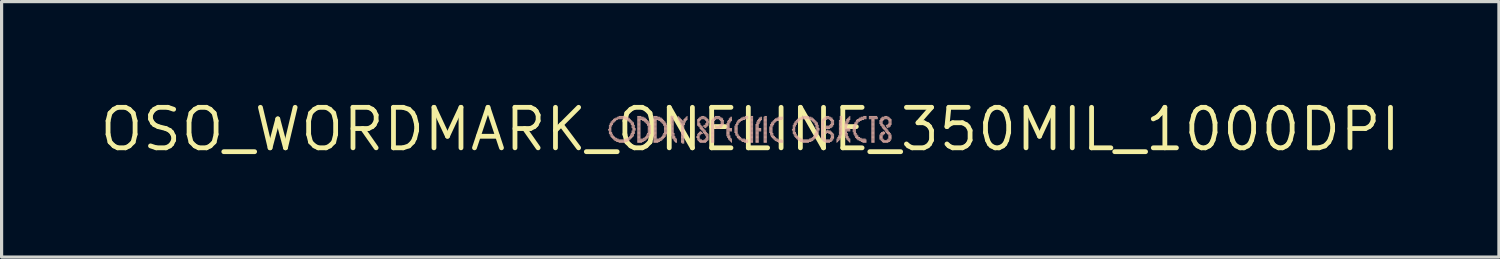
<source format=kicad_pcb>
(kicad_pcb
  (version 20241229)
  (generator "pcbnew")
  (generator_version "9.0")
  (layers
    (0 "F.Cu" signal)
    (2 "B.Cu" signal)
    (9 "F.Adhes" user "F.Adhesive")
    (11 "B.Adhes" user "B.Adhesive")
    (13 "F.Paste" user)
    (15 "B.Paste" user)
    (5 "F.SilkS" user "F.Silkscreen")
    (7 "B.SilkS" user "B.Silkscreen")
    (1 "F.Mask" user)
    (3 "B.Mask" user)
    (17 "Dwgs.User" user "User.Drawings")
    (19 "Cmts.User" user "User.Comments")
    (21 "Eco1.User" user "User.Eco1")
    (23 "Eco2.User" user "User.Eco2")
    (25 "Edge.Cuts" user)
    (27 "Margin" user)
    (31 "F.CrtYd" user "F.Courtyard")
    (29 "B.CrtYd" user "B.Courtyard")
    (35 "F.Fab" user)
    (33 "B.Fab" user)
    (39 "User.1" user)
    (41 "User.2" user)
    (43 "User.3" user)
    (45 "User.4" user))
  (footprint "OSO_WORDMARK_ONELINE_350MIL_1000DPI"
    (layer "F.Cu")
    (at 20.478 1.006)
    (property "Reference" "OSO_WORDMARK_ONELINE_350MIL_1000DPI" (at 0 0 0) (layer "F.SilkS") (effects (font (size 1.27 1.27) (thickness 0.15))))
    (fp_poly (pts (xy -4.458 0.013) (xy -4.356 0.013) (xy -4.356 -0.013) (xy -4.458 -0.013)) (stroke (width 0) (type solid)) (fill yes) (layer "B.SilkS"))
    (fp_poly (pts (xy -4.458 0.038) (xy -4.356 0.038) (xy -4.356 0.013) (xy -4.458 0.013)) (stroke (width 0) (type solid)) (fill yes) (layer "B.SilkS"))
    (fp_poly (pts (xy -4.432 -0.114) (xy -4.331 -0.114) (xy -4.331 -0.14) (xy -4.432 -0.14)) (stroke (width 0) (type solid)) (fill yes) (layer "B.SilkS"))
    (fp_poly (pts (xy -4.432 -0.089) (xy -4.331 -0.089) (xy -4.331 -0.114) (xy -4.432 -0.114)) (stroke (width 0) (type solid)) (fill yes) (layer "B.SilkS"))
    (fp_poly (pts (xy -4.432 -0.064) (xy -4.356 -0.064) (xy -4.356 -0.089) (xy -4.432 -0.089)) (stroke (width 0) (type solid)) (fill yes) (layer "B.SilkS"))
    (fp_poly (pts (xy -4.432 -0.038) (xy -4.356 -0.038) (xy -4.356 -0.064) (xy -4.432 -0.064)) (stroke (width 0) (type solid)) (fill yes) (layer "B.SilkS"))
    (fp_poly (pts (xy -4.432 -0.013) (xy -4.356 -0.013) (xy -4.356 -0.038) (xy -4.432 -0.038)) (stroke (width 0) (type solid)) (fill yes) (layer "B.SilkS"))
    (fp_poly (pts (xy -4.432 0.064) (xy -4.356 0.064) (xy -4.356 0.038) (xy -4.432 0.038)) (stroke (width 0) (type solid)) (fill yes) (layer "B.SilkS"))
    (fp_poly (pts (xy -4.432 0.089) (xy -4.356 0.089) (xy -4.356 0.064) (xy -4.432 0.064)) (stroke (width 0) (type solid)) (fill yes) (layer "B.SilkS"))
    (fp_poly (pts (xy -4.432 0.114) (xy -4.331 0.114) (xy -4.331 0.089) (xy -4.432 0.089)) (stroke (width 0) (type solid)) (fill yes) (layer "B.SilkS"))
    (fp_poly (pts (xy -4.432 0.14) (xy -4.331 0.14) (xy -4.331 0.114) (xy -4.432 0.114)) (stroke (width 0) (type solid)) (fill yes) (layer "B.SilkS"))
    (fp_poly (pts (xy -4.407 -0.165) (xy -4.305 -0.165) (xy -4.305 -0.191) (xy -4.407 -0.191)) (stroke (width 0) (type solid)) (fill yes) (layer "B.SilkS"))
    (fp_poly (pts (xy -4.407 -0.14) (xy -4.305 -0.14) (xy -4.305 -0.165) (xy -4.407 -0.165)) (stroke (width 0) (type solid)) (fill yes) (layer "B.SilkS"))
    (fp_poly (pts (xy -4.407 0.165) (xy -4.305 0.165) (xy -4.305 0.14) (xy -4.407 0.14)) (stroke (width 0) (type solid)) (fill yes) (layer "B.SilkS"))
    (fp_poly (pts (xy -4.407 0.191) (xy -4.305 0.191) (xy -4.305 0.165) (xy -4.407 0.165)) (stroke (width 0) (type solid)) (fill yes) (layer "B.SilkS"))
    (fp_poly (pts (xy -4.381 -0.216) (xy -4.255 -0.216) (xy -4.255 -0.241) (xy -4.381 -0.241)) (stroke (width 0) (type solid)) (fill yes) (layer "B.SilkS"))
    (fp_poly (pts (xy -4.381 -0.191) (xy -4.28 -0.191) (xy -4.28 -0.216) (xy -4.381 -0.216)) (stroke (width 0) (type solid)) (fill yes) (layer "B.SilkS"))
    (fp_poly (pts (xy -4.381 0.216) (xy -4.28 0.216) (xy -4.28 0.191) (xy -4.381 0.191)) (stroke (width 0) (type solid)) (fill yes) (layer "B.SilkS"))
    (fp_poly (pts (xy -4.381 0.241) (xy -4.255 0.241) (xy -4.255 0.216) (xy -4.381 0.216)) (stroke (width 0) (type solid)) (fill yes) (layer "B.SilkS"))
    (fp_poly (pts (xy -4.356 -0.241) (xy -4.229 -0.241) (xy -4.229 -0.267) (xy -4.356 -0.267)) (stroke (width 0) (type solid)) (fill yes) (layer "B.SilkS"))
    (fp_poly (pts (xy -4.356 0.267) (xy -4.229 0.267) (xy -4.229 0.241) (xy -4.356 0.241)) (stroke (width 0) (type solid)) (fill yes) (layer "B.SilkS"))
    (fp_poly (pts (xy -4.331 -0.267) (xy -4.204 -0.267) (xy -4.204 -0.292) (xy -4.331 -0.292)) (stroke (width 0) (type solid)) (fill yes) (layer "B.SilkS"))
    (fp_poly (pts (xy -4.331 0.292) (xy -4.178 0.292) (xy -4.178 0.267) (xy -4.331 0.267)) (stroke (width 0) (type solid)) (fill yes) (layer "B.SilkS"))
    (fp_poly (pts (xy -4.305 -0.292) (xy -4.153 -0.292) (xy -4.153 -0.318) (xy -4.305 -0.318)) (stroke (width 0) (type solid)) (fill yes) (layer "B.SilkS"))
    (fp_poly (pts (xy -4.305 0.318) (xy -4.128 0.318) (xy -4.128 0.292) (xy -4.305 0.292)) (stroke (width 0) (type solid)) (fill yes) (layer "B.SilkS"))
    (fp_poly (pts (xy -4.28 -0.318) (xy -3.772 -0.318) (xy -3.772 -0.343) (xy -4.28 -0.343)) (stroke (width 0) (type solid)) (fill yes) (layer "B.SilkS"))
    (fp_poly (pts (xy -4.28 0.343) (xy -3.772 0.343) (xy -3.772 0.318) (xy -4.28 0.318)) (stroke (width 0) (type solid)) (fill yes) (layer "B.SilkS"))
    (fp_poly (pts (xy -4.255 0.368) (xy -3.797 0.368) (xy -3.797 0.343) (xy -4.255 0.343)) (stroke (width 0) (type solid)) (fill yes) (layer "B.SilkS"))
    (fp_poly (pts (xy -4.229 -0.343) (xy -3.797 -0.343) (xy -3.797 -0.368) (xy -4.229 -0.368)) (stroke (width 0) (type solid)) (fill yes) (layer "B.SilkS"))
    (fp_poly (pts (xy -4.204 0.394) (xy -3.848 0.394) (xy -3.848 0.368) (xy -4.204 0.368)) (stroke (width 0) (type solid)) (fill yes) (layer "B.SilkS"))
    (fp_poly (pts (xy -4.178 -0.368) (xy -3.848 -0.368) (xy -3.848 -0.394) (xy -4.178 -0.394)) (stroke (width 0) (type solid)) (fill yes) (layer "B.SilkS"))
    (fp_poly (pts (xy -4.128 -0.394) (xy -3.924 -0.394) (xy -3.924 -0.419) (xy -4.128 -0.419)) (stroke (width 0) (type solid)) (fill yes) (layer "B.SilkS"))
    (fp_poly (pts (xy -4.128 0.419) (xy -3.924 0.419) (xy -3.924 0.394) (xy -4.128 0.394)) (stroke (width 0) (type solid)) (fill yes) (layer "B.SilkS"))
    (fp_poly (pts (xy -3.924 -0.292) (xy -3.747 -0.292) (xy -3.747 -0.318) (xy -3.924 -0.318)) (stroke (width 0) (type solid)) (fill yes) (layer "B.SilkS"))
    (fp_poly (pts (xy -3.924 0.318) (xy -3.747 0.318) (xy -3.747 0.292) (xy -3.924 0.292)) (stroke (width 0) (type solid)) (fill yes) (layer "B.SilkS"))
    (fp_poly (pts (xy -3.873 0.292) (xy -3.721 0.292) (xy -3.721 0.267) (xy -3.873 0.267)) (stroke (width 0) (type solid)) (fill yes) (layer "B.SilkS"))
    (fp_poly (pts (xy -3.848 -0.267) (xy -3.721 -0.267) (xy -3.721 -0.292) (xy -3.848 -0.292)) (stroke (width 0) (type solid)) (fill yes) (layer "B.SilkS"))
    (fp_poly (pts (xy -3.823 -0.241) (xy -3.696 -0.241) (xy -3.696 -0.267) (xy -3.823 -0.267)) (stroke (width 0) (type solid)) (fill yes) (layer "B.SilkS"))
    (fp_poly (pts (xy -3.823 0.267) (xy -3.696 0.267) (xy -3.696 0.241) (xy -3.823 0.241)) (stroke (width 0) (type solid)) (fill yes) (layer "B.SilkS"))
    (fp_poly (pts (xy -3.797 -0.216) (xy -3.67 -0.216) (xy -3.67 -0.241) (xy -3.797 -0.241)) (stroke (width 0) (type solid)) (fill yes) (layer "B.SilkS"))
    (fp_poly (pts (xy -3.797 0.241) (xy -3.67 0.241) (xy -3.67 0.216) (xy -3.797 0.216)) (stroke (width 0) (type solid)) (fill yes) (layer "B.SilkS"))
    (fp_poly (pts (xy -3.772 -0.191) (xy -3.645 -0.191) (xy -3.645 -0.216) (xy -3.772 -0.216)) (stroke (width 0) (type solid)) (fill yes) (layer "B.SilkS"))
    (fp_poly (pts (xy -3.772 0.191) (xy -3.645 0.191) (xy -3.645 0.165) (xy -3.772 0.165)) (stroke (width 0) (type solid)) (fill yes) (layer "B.SilkS"))
    (fp_poly (pts (xy -3.772 0.216) (xy -3.645 0.216) (xy -3.645 0.191) (xy -3.772 0.191)) (stroke (width 0) (type solid)) (fill yes) (layer "B.SilkS"))
    (fp_poly (pts (xy -3.747 -0.165) (xy -3.645 -0.165) (xy -3.645 -0.191) (xy -3.747 -0.191)) (stroke (width 0) (type solid)) (fill yes) (layer "B.SilkS"))
    (fp_poly (pts (xy -3.747 -0.14) (xy -3.645 -0.14) (xy -3.645 -0.165) (xy -3.747 -0.165)) (stroke (width 0) (type solid)) (fill yes) (layer "B.SilkS"))
    (fp_poly (pts (xy -3.747 0.14) (xy -3.619 0.14) (xy -3.619 0.114) (xy -3.747 0.114)) (stroke (width 0) (type solid)) (fill yes) (layer "B.SilkS"))
    (fp_poly (pts (xy -3.747 0.165) (xy -3.645 0.165) (xy -3.645 0.14) (xy -3.747 0.14)) (stroke (width 0) (type solid)) (fill yes) (layer "B.SilkS"))
    (fp_poly (pts (xy -3.721 -0.114) (xy -3.619 -0.114) (xy -3.619 -0.14) (xy -3.721 -0.14)) (stroke (width 0) (type solid)) (fill yes) (layer "B.SilkS"))
    (fp_poly (pts (xy -3.721 -0.089) (xy -3.619 -0.089) (xy -3.619 -0.114) (xy -3.721 -0.114)) (stroke (width 0) (type solid)) (fill yes) (layer "B.SilkS"))
    (fp_poly (pts (xy -3.721 -0.064) (xy -3.619 -0.064) (xy -3.619 -0.089) (xy -3.721 -0.089)) (stroke (width 0) (type solid)) (fill yes) (layer "B.SilkS"))
    (fp_poly (pts (xy -3.721 -0.038) (xy -3.619 -0.038) (xy -3.619 -0.064) (xy -3.721 -0.064)) (stroke (width 0) (type solid)) (fill yes) (layer "B.SilkS"))
    (fp_poly (pts (xy -3.721 0.064) (xy -3.619 0.064) (xy -3.619 0.038) (xy -3.721 0.038)) (stroke (width 0) (type solid)) (fill yes) (layer "B.SilkS"))
    (fp_poly (pts (xy -3.721 0.089) (xy -3.619 0.089) (xy -3.619 0.064) (xy -3.721 0.064)) (stroke (width 0) (type solid)) (fill yes) (layer "B.SilkS"))
    (fp_poly (pts (xy -3.721 0.114) (xy -3.619 0.114) (xy -3.619 0.089) (xy -3.721 0.089)) (stroke (width 0) (type solid)) (fill yes) (layer "B.SilkS"))
    (fp_poly (pts (xy -3.696 -0.013) (xy -3.594 -0.013) (xy -3.594 -0.038) (xy -3.696 -0.038)) (stroke (width 0) (type solid)) (fill yes) (layer "B.SilkS"))
    (fp_poly (pts (xy -3.696 0.013) (xy -3.594 0.013) (xy -3.594 -0.013) (xy -3.696 -0.013)) (stroke (width 0) (type solid)) (fill yes) (layer "B.SilkS"))
    (fp_poly (pts (xy -3.696 0.038) (xy -3.594 0.038) (xy -3.594 0.013) (xy -3.696 0.013)) (stroke (width 0) (type solid)) (fill yes) (layer "B.SilkS"))
    (fp_poly (pts (xy -3.543 -0.394) (xy -3.416 -0.394) (xy -3.416 -0.419) (xy -3.543 -0.419)) (stroke (width 0) (type solid)) (fill yes) (layer "B.SilkS"))
    (fp_poly (pts (xy -3.543 -0.368) (xy -3.34 -0.368) (xy -3.34 -0.394) (xy -3.543 -0.394)) (stroke (width 0) (type solid)) (fill yes) (layer "B.SilkS"))
    (fp_poly (pts (xy -3.543 -0.343) (xy -3.289 -0.343) (xy -3.289 -0.368) (xy -3.543 -0.368)) (stroke (width 0) (type solid)) (fill yes) (layer "B.SilkS"))
    (fp_poly (pts (xy -3.543 -0.318) (xy -3.264 -0.318) (xy -3.264 -0.343) (xy -3.543 -0.343)) (stroke (width 0) (type solid)) (fill yes) (layer "B.SilkS"))
    (fp_poly (pts (xy -3.543 -0.292) (xy -3.239 -0.292) (xy -3.239 -0.318) (xy -3.543 -0.318)) (stroke (width 0) (type solid)) (fill yes) (layer "B.SilkS"))
    (fp_poly (pts (xy -3.543 -0.267) (xy -3.442 -0.267) (xy -3.442 -0.292) (xy -3.543 -0.292)) (stroke (width 0) (type solid)) (fill yes) (layer "B.SilkS"))
    (fp_poly (pts (xy -3.543 -0.241) (xy -3.442 -0.241) (xy -3.442 -0.267) (xy -3.543 -0.267)) (stroke (width 0) (type solid)) (fill yes) (layer "B.SilkS"))
    (fp_poly (pts (xy -3.543 -0.216) (xy -3.442 -0.216) (xy -3.442 -0.241) (xy -3.543 -0.241)) (stroke (width 0) (type solid)) (fill yes) (layer "B.SilkS"))
    (fp_poly (pts (xy -3.543 -0.191) (xy -3.442 -0.191) (xy -3.442 -0.216) (xy -3.543 -0.216)) (stroke (width 0) (type solid)) (fill yes) (layer "B.SilkS"))
    (fp_poly (pts (xy -3.543 -0.165) (xy -3.442 -0.165) (xy -3.442 -0.191) (xy -3.543 -0.191)) (stroke (width 0) (type solid)) (fill yes) (layer "B.SilkS"))
    (fp_poly (pts (xy -3.543 -0.14) (xy -3.442 -0.14) (xy -3.442 -0.165) (xy -3.543 -0.165)) (stroke (width 0) (type solid)) (fill yes) (layer "B.SilkS"))
    (fp_poly (pts (xy -3.543 -0.114) (xy -3.442 -0.114) (xy -3.442 -0.14) (xy -3.543 -0.14)) (stroke (width 0) (type solid)) (fill yes) (layer "B.SilkS"))
    (fp_poly (pts (xy -3.543 -0.089) (xy -3.442 -0.089) (xy -3.442 -0.114) (xy -3.543 -0.114)) (stroke (width 0) (type solid)) (fill yes) (layer "B.SilkS"))
    (fp_poly (pts (xy -3.543 -0.064) (xy -3.442 -0.064) (xy -3.442 -0.089) (xy -3.543 -0.089)) (stroke (width 0) (type solid)) (fill yes) (layer "B.SilkS"))
    (fp_poly (pts (xy -3.543 -0.038) (xy -3.442 -0.038) (xy -3.442 -0.064) (xy -3.543 -0.064)) (stroke (width 0) (type solid)) (fill yes) (layer "B.SilkS"))
    (fp_poly (pts (xy -3.543 -0.013) (xy -3.442 -0.013) (xy -3.442 -0.038) (xy -3.543 -0.038)) (stroke (width 0) (type solid)) (fill yes) (layer "B.SilkS"))
    (fp_poly (pts (xy -3.543 0.013) (xy -3.442 0.013) (xy -3.442 -0.013) (xy -3.543 -0.013)) (stroke (width 0) (type solid)) (fill yes) (layer "B.SilkS"))
    (fp_poly (pts (xy -3.543 0.038) (xy -3.442 0.038) (xy -3.442 0.013) (xy -3.543 0.013)) (stroke (width 0) (type solid)) (fill yes) (layer "B.SilkS"))
    (fp_poly (pts (xy -3.543 0.064) (xy -3.442 0.064) (xy -3.442 0.038) (xy -3.543 0.038)) (stroke (width 0) (type solid)) (fill yes) (layer "B.SilkS"))
    (fp_poly (pts (xy -3.543 0.089) (xy -3.442 0.089) (xy -3.442 0.064) (xy -3.543 0.064)) (stroke (width 0) (type solid)) (fill yes) (layer "B.SilkS"))
    (fp_poly (pts (xy -3.543 0.114) (xy -3.442 0.114) (xy -3.442 0.089) (xy -3.543 0.089)) (stroke (width 0) (type solid)) (fill yes) (layer "B.SilkS"))
    (fp_poly (pts (xy -3.543 0.14) (xy -3.442 0.14) (xy -3.442 0.114) (xy -3.543 0.114)) (stroke (width 0) (type solid)) (fill yes) (layer "B.SilkS"))
    (fp_poly (pts (xy -3.543 0.165) (xy -3.442 0.165) (xy -3.442 0.14) (xy -3.543 0.14)) (stroke (width 0) (type solid)) (fill yes) (layer "B.SilkS"))
    (fp_poly (pts (xy -3.543 0.191) (xy -3.442 0.191) (xy -3.442 0.165) (xy -3.543 0.165)) (stroke (width 0) (type solid)) (fill yes) (layer "B.SilkS"))
    (fp_poly (pts (xy -3.543 0.216) (xy -3.442 0.216) (xy -3.442 0.191) (xy -3.543 0.191)) (stroke (width 0) (type solid)) (fill yes) (layer "B.SilkS"))
    (fp_poly (pts (xy -3.543 0.241) (xy -3.442 0.241) (xy -3.442 0.216) (xy -3.543 0.216)) (stroke (width 0) (type solid)) (fill yes) (layer "B.SilkS"))
    (fp_poly (pts (xy -3.543 0.267) (xy -3.442 0.267) (xy -3.442 0.241) (xy -3.543 0.241)) (stroke (width 0) (type solid)) (fill yes) (layer "B.SilkS"))
    (fp_poly (pts (xy -3.543 0.292) (xy -3.442 0.292) (xy -3.442 0.267) (xy -3.543 0.267)) (stroke (width 0) (type solid)) (fill yes) (layer "B.SilkS"))
    (fp_poly (pts (xy -3.543 0.318) (xy -3.239 0.318) (xy -3.239 0.292) (xy -3.543 0.292)) (stroke (width 0) (type solid)) (fill yes) (layer "B.SilkS"))
    (fp_poly (pts (xy -3.543 0.343) (xy -3.264 0.343) (xy -3.264 0.318) (xy -3.543 0.318)) (stroke (width 0) (type solid)) (fill yes) (layer "B.SilkS"))
    (fp_poly (pts (xy -3.543 0.368) (xy -3.289 0.368) (xy -3.289 0.343) (xy -3.543 0.343)) (stroke (width 0) (type solid)) (fill yes) (layer "B.SilkS"))
    (fp_poly (pts (xy -3.543 0.394) (xy -3.34 0.394) (xy -3.34 0.368) (xy -3.543 0.368)) (stroke (width 0) (type solid)) (fill yes) (layer "B.SilkS"))
    (fp_poly (pts (xy -3.543 0.419) (xy -3.391 0.419) (xy -3.391 0.394) (xy -3.543 0.394)) (stroke (width 0) (type solid)) (fill yes) (layer "B.SilkS"))
    (fp_poly (pts (xy -3.391 -0.267) (xy -3.213 -0.267) (xy -3.213 -0.292) (xy -3.391 -0.292)) (stroke (width 0) (type solid)) (fill yes) (layer "B.SilkS"))
    (fp_poly (pts (xy -3.365 0.292) (xy -3.213 0.292) (xy -3.213 0.267) (xy -3.365 0.267)) (stroke (width 0) (type solid)) (fill yes) (layer "B.SilkS"))
    (fp_poly (pts (xy -3.34 -0.241) (xy -3.188 -0.241) (xy -3.188 -0.267) (xy -3.34 -0.267)) (stroke (width 0) (type solid)) (fill yes) (layer "B.SilkS"))
    (fp_poly (pts (xy -3.315 -0.216) (xy -3.162 -0.216) (xy -3.162 -0.241) (xy -3.315 -0.241)) (stroke (width 0) (type solid)) (fill yes) (layer "B.SilkS"))
    (fp_poly (pts (xy -3.315 0.267) (xy -3.188 0.267) (xy -3.188 0.241) (xy -3.315 0.241)) (stroke (width 0) (type solid)) (fill yes) (layer "B.SilkS"))
    (fp_poly (pts (xy -3.289 -0.191) (xy -3.162 -0.191) (xy -3.162 -0.216) (xy -3.289 -0.216)) (stroke (width 0) (type solid)) (fill yes) (layer "B.SilkS"))
    (fp_poly (pts (xy -3.289 0.241) (xy -3.162 0.241) (xy -3.162 0.216) (xy -3.289 0.216)) (stroke (width 0) (type solid)) (fill yes) (layer "B.SilkS"))
    (fp_poly (pts (xy -3.264 -0.165) (xy -3.137 -0.165) (xy -3.137 -0.191) (xy -3.264 -0.191)) (stroke (width 0) (type solid)) (fill yes) (layer "B.SilkS"))
    (fp_poly (pts (xy -3.264 0.191) (xy -3.137 0.191) (xy -3.137 0.165) (xy -3.264 0.165)) (stroke (width 0) (type solid)) (fill yes) (layer "B.SilkS"))
    (fp_poly (pts (xy -3.264 0.216) (xy -3.162 0.216) (xy -3.162 0.191) (xy -3.264 0.191)) (stroke (width 0) (type solid)) (fill yes) (layer "B.SilkS"))
    (fp_poly (pts (xy -3.239 -0.14) (xy -3.137 -0.14) (xy -3.137 -0.165) (xy -3.239 -0.165)) (stroke (width 0) (type solid)) (fill yes) (layer "B.SilkS"))
    (fp_poly (pts (xy -3.239 -0.114) (xy -3.111 -0.114) (xy -3.111 -0.14) (xy -3.239 -0.14)) (stroke (width 0) (type solid)) (fill yes) (layer "B.SilkS"))
    (fp_poly (pts (xy -3.239 0.14) (xy -3.111 0.14) (xy -3.111 0.114) (xy -3.239 0.114)) (stroke (width 0) (type solid)) (fill yes) (layer "B.SilkS"))
    (fp_poly (pts (xy -3.239 0.165) (xy -3.137 0.165) (xy -3.137 0.14) (xy -3.239 0.14)) (stroke (width 0) (type solid)) (fill yes) (layer "B.SilkS"))
    (fp_poly (pts (xy -3.213 -0.089) (xy -3.111 -0.089) (xy -3.111 -0.114) (xy -3.213 -0.114)) (stroke (width 0) (type solid)) (fill yes) (layer "B.SilkS"))
    (fp_poly (pts (xy -3.213 -0.064) (xy -3.111 -0.064) (xy -3.111 -0.089) (xy -3.213 -0.089)) (stroke (width 0) (type solid)) (fill yes) (layer "B.SilkS"))
    (fp_poly (pts (xy -3.213 -0.038) (xy -3.111 -0.038) (xy -3.111 -0.064) (xy -3.213 -0.064)) (stroke (width 0) (type solid)) (fill yes) (layer "B.SilkS"))
    (fp_poly (pts (xy -3.213 -0.013) (xy -3.111 -0.013) (xy -3.111 -0.038) (xy -3.213 -0.038)) (stroke (width 0) (type solid)) (fill yes) (layer "B.SilkS"))
    (fp_poly (pts (xy -3.213 0.013) (xy -3.111 0.013) (xy -3.111 -0.013) (xy -3.213 -0.013)) (stroke (width 0) (type solid)) (fill yes) (layer "B.SilkS"))
    (fp_poly (pts (xy -3.213 0.038) (xy -3.111 0.038) (xy -3.111 0.013) (xy -3.213 0.013)) (stroke (width 0) (type solid)) (fill yes) (layer "B.SilkS"))
    (fp_poly (pts (xy -3.213 0.064) (xy -3.111 0.064) (xy -3.111 0.038) (xy -3.213 0.038)) (stroke (width 0) (type solid)) (fill yes) (layer "B.SilkS"))
    (fp_poly (pts (xy -3.213 0.089) (xy -3.111 0.089) (xy -3.111 0.064) (xy -3.213 0.064)) (stroke (width 0) (type solid)) (fill yes) (layer "B.SilkS"))
    (fp_poly (pts (xy -3.213 0.114) (xy -3.111 0.114) (xy -3.111 0.089) (xy -3.213 0.089)) (stroke (width 0) (type solid)) (fill yes) (layer "B.SilkS"))
    (fp_poly (pts (xy -3.035 -0.394) (xy -2.908 -0.394) (xy -2.908 -0.419) (xy -3.035 -0.419)) (stroke (width 0) (type solid)) (fill yes) (layer "B.SilkS"))
    (fp_poly (pts (xy -3.035 -0.368) (xy -2.832 -0.368) (xy -2.832 -0.394) (xy -3.035 -0.394)) (stroke (width 0) (type solid)) (fill yes) (layer "B.SilkS"))
    (fp_poly (pts (xy -3.035 -0.343) (xy -2.781 -0.343) (xy -2.781 -0.368) (xy -3.035 -0.368)) (stroke (width 0) (type solid)) (fill yes) (layer "B.SilkS"))
    (fp_poly (pts (xy -3.035 -0.318) (xy -2.756 -0.318) (xy -2.756 -0.343) (xy -3.035 -0.343)) (stroke (width 0) (type solid)) (fill yes) (layer "B.SilkS"))
    (fp_poly (pts (xy -3.035 -0.292) (xy -2.731 -0.292) (xy -2.731 -0.318) (xy -3.035 -0.318)) (stroke (width 0) (type solid)) (fill yes) (layer "B.SilkS"))
    (fp_poly (pts (xy -3.035 -0.267) (xy -2.934 -0.267) (xy -2.934 -0.292) (xy -3.035 -0.292)) (stroke (width 0) (type solid)) (fill yes) (layer "B.SilkS"))
    (fp_poly (pts (xy -3.035 -0.241) (xy -2.934 -0.241) (xy -2.934 -0.267) (xy -3.035 -0.267)) (stroke (width 0) (type solid)) (fill yes) (layer "B.SilkS"))
    (fp_poly (pts (xy -3.035 -0.216) (xy -2.934 -0.216) (xy -2.934 -0.241) (xy -3.035 -0.241)) (stroke (width 0) (type solid)) (fill yes) (layer "B.SilkS"))
    (fp_poly (pts (xy -3.035 -0.191) (xy -2.934 -0.191) (xy -2.934 -0.216) (xy -3.035 -0.216)) (stroke (width 0) (type solid)) (fill yes) (layer "B.SilkS"))
    (fp_poly (pts (xy -3.035 -0.165) (xy -2.934 -0.165) (xy -2.934 -0.191) (xy -3.035 -0.191)) (stroke (width 0) (type solid)) (fill yes) (layer "B.SilkS"))
    (fp_poly (pts (xy -3.035 -0.14) (xy -2.934 -0.14) (xy -2.934 -0.165) (xy -3.035 -0.165)) (stroke (width 0) (type solid)) (fill yes) (layer "B.SilkS"))
    (fp_poly (pts (xy -3.035 -0.114) (xy -2.934 -0.114) (xy -2.934 -0.14) (xy -3.035 -0.14)) (stroke (width 0) (type solid)) (fill yes) (layer "B.SilkS"))
    (fp_poly (pts (xy -3.035 -0.089) (xy -2.934 -0.089) (xy -2.934 -0.114) (xy -3.035 -0.114)) (stroke (width 0) (type solid)) (fill yes) (layer "B.SilkS"))
    (fp_poly (pts (xy -3.035 -0.064) (xy -2.934 -0.064) (xy -2.934 -0.089) (xy -3.035 -0.089)) (stroke (width 0) (type solid)) (fill yes) (layer "B.SilkS"))
    (fp_poly (pts (xy -3.035 -0.038) (xy -2.934 -0.038) (xy -2.934 -0.064) (xy -3.035 -0.064)) (stroke (width 0) (type solid)) (fill yes) (layer "B.SilkS"))
    (fp_poly (pts (xy -3.035 -0.013) (xy -2.934 -0.013) (xy -2.934 -0.038) (xy -3.035 -0.038)) (stroke (width 0) (type solid)) (fill yes) (layer "B.SilkS"))
    (fp_poly (pts (xy -3.035 0.013) (xy -2.934 0.013) (xy -2.934 -0.013) (xy -3.035 -0.013)) (stroke (width 0) (type solid)) (fill yes) (layer "B.SilkS"))
    (fp_poly (pts (xy -3.035 0.038) (xy -2.934 0.038) (xy -2.934 0.013) (xy -3.035 0.013)) (stroke (width 0) (type solid)) (fill yes) (layer "B.SilkS"))
    (fp_poly (pts (xy -3.035 0.064) (xy -2.934 0.064) (xy -2.934 0.038) (xy -3.035 0.038)) (stroke (width 0) (type solid)) (fill yes) (layer "B.SilkS"))
    (fp_poly (pts (xy -3.035 0.089) (xy -2.934 0.089) (xy -2.934 0.064) (xy -3.035 0.064)) (stroke (width 0) (type solid)) (fill yes) (layer "B.SilkS"))
    (fp_poly (pts (xy -3.035 0.114) (xy -2.934 0.114) (xy -2.934 0.089) (xy -3.035 0.089)) (stroke (width 0) (type solid)) (fill yes) (layer "B.SilkS"))
    (fp_poly (pts (xy -3.035 0.14) (xy -2.934 0.14) (xy -2.934 0.114) (xy -3.035 0.114)) (stroke (width 0) (type solid)) (fill yes) (layer "B.SilkS"))
    (fp_poly (pts (xy -3.035 0.165) (xy -2.934 0.165) (xy -2.934 0.14) (xy -3.035 0.14)) (stroke (width 0) (type solid)) (fill yes) (layer "B.SilkS"))
    (fp_poly (pts (xy -3.035 0.191) (xy -2.934 0.191) (xy -2.934 0.165) (xy -3.035 0.165)) (stroke (width 0) (type solid)) (fill yes) (layer "B.SilkS"))
    (fp_poly (pts (xy -3.035 0.216) (xy -2.934 0.216) (xy -2.934 0.191) (xy -3.035 0.191)) (stroke (width 0) (type solid)) (fill yes) (layer "B.SilkS"))
    (fp_poly (pts (xy -3.035 0.241) (xy -2.934 0.241) (xy -2.934 0.216) (xy -3.035 0.216)) (stroke (width 0) (type solid)) (fill yes) (layer "B.SilkS"))
    (fp_poly (pts (xy -3.035 0.267) (xy -2.934 0.267) (xy -2.934 0.241) (xy -3.035 0.241)) (stroke (width 0) (type solid)) (fill yes) (layer "B.SilkS"))
    (fp_poly (pts (xy -3.035 0.292) (xy -2.934 0.292) (xy -2.934 0.267) (xy -3.035 0.267)) (stroke (width 0) (type solid)) (fill yes) (layer "B.SilkS"))
    (fp_poly (pts (xy -3.035 0.318) (xy -2.731 0.318) (xy -2.731 0.292) (xy -3.035 0.292)) (stroke (width 0) (type solid)) (fill yes) (layer "B.SilkS"))
    (fp_poly (pts (xy -3.035 0.343) (xy -2.756 0.343) (xy -2.756 0.318) (xy -3.035 0.318)) (stroke (width 0) (type solid)) (fill yes) (layer "B.SilkS"))
    (fp_poly (pts (xy -3.035 0.368) (xy -2.781 0.368) (xy -2.781 0.343) (xy -3.035 0.343)) (stroke (width 0) (type solid)) (fill yes) (layer "B.SilkS"))
    (fp_poly (pts (xy -3.035 0.394) (xy -2.832 0.394) (xy -2.832 0.368) (xy -3.035 0.368)) (stroke (width 0) (type solid)) (fill yes) (layer "B.SilkS"))
    (fp_poly (pts (xy -3.035 0.419) (xy -2.883 0.419) (xy -2.883 0.394) (xy -3.035 0.394)) (stroke (width 0) (type solid)) (fill yes) (layer "B.SilkS"))
    (fp_poly (pts (xy -2.883 -0.267) (xy -2.705 -0.267) (xy -2.705 -0.292) (xy -2.883 -0.292)) (stroke (width 0) (type solid)) (fill yes) (layer "B.SilkS"))
    (fp_poly (pts (xy -2.857 0.292) (xy -2.705 0.292) (xy -2.705 0.267) (xy -2.857 0.267)) (stroke (width 0) (type solid)) (fill yes) (layer "B.SilkS"))
    (fp_poly (pts (xy -2.832 -0.241) (xy -2.68 -0.241) (xy -2.68 -0.267) (xy -2.832 -0.267)) (stroke (width 0) (type solid)) (fill yes) (layer "B.SilkS"))
    (fp_poly (pts (xy -2.807 -0.216) (xy -2.654 -0.216) (xy -2.654 -0.241) (xy -2.807 -0.241)) (stroke (width 0) (type solid)) (fill yes) (layer "B.SilkS"))
    (fp_poly (pts (xy -2.807 0.267) (xy -2.68 0.267) (xy -2.68 0.241) (xy -2.807 0.241)) (stroke (width 0) (type solid)) (fill yes) (layer "B.SilkS"))
    (fp_poly (pts (xy -2.781 -0.191) (xy -2.654 -0.191) (xy -2.654 -0.216) (xy -2.781 -0.216)) (stroke (width 0) (type solid)) (fill yes) (layer "B.SilkS"))
    (fp_poly (pts (xy -2.781 0.241) (xy -2.654 0.241) (xy -2.654 0.216) (xy -2.781 0.216)) (stroke (width 0) (type solid)) (fill yes) (layer "B.SilkS"))
    (fp_poly (pts (xy -2.756 -0.165) (xy -2.629 -0.165) (xy -2.629 -0.191) (xy -2.756 -0.191)) (stroke (width 0) (type solid)) (fill yes) (layer "B.SilkS"))
    (fp_poly (pts (xy -2.756 0.191) (xy -2.629 0.191) (xy -2.629 0.165) (xy -2.756 0.165)) (stroke (width 0) (type solid)) (fill yes) (layer "B.SilkS"))
    (fp_poly (pts (xy -2.756 0.216) (xy -2.654 0.216) (xy -2.654 0.191) (xy -2.756 0.191)) (stroke (width 0) (type solid)) (fill yes) (layer "B.SilkS"))
    (fp_poly (pts (xy -2.731 -0.14) (xy -2.629 -0.14) (xy -2.629 -0.165) (xy -2.731 -0.165)) (stroke (width 0) (type solid)) (fill yes) (layer "B.SilkS"))
    (fp_poly (pts (xy -2.731 -0.114) (xy -2.603 -0.114) (xy -2.603 -0.14) (xy -2.731 -0.14)) (stroke (width 0) (type solid)) (fill yes) (layer "B.SilkS"))
    (fp_poly (pts (xy -2.731 0.14) (xy -2.603 0.14) (xy -2.603 0.114) (xy -2.731 0.114)) (stroke (width 0) (type solid)) (fill yes) (layer "B.SilkS"))
    (fp_poly (pts (xy -2.731 0.165) (xy -2.629 0.165) (xy -2.629 0.14) (xy -2.731 0.14)) (stroke (width 0) (type solid)) (fill yes) (layer "B.SilkS"))
    (fp_poly (pts (xy -2.705 -0.089) (xy -2.603 -0.089) (xy -2.603 -0.114) (xy -2.705 -0.114)) (stroke (width 0) (type solid)) (fill yes) (layer "B.SilkS"))
    (fp_poly (pts (xy -2.705 -0.064) (xy -2.603 -0.064) (xy -2.603 -0.089) (xy -2.705 -0.089)) (stroke (width 0) (type solid)) (fill yes) (layer "B.SilkS"))
    (fp_poly (pts (xy -2.705 -0.038) (xy -2.603 -0.038) (xy -2.603 -0.064) (xy -2.705 -0.064)) (stroke (width 0) (type solid)) (fill yes) (layer "B.SilkS"))
    (fp_poly (pts (xy -2.705 -0.013) (xy -2.603 -0.013) (xy -2.603 -0.038) (xy -2.705 -0.038)) (stroke (width 0) (type solid)) (fill yes) (layer "B.SilkS"))
    (fp_poly (pts (xy -2.705 0.013) (xy -2.603 0.013) (xy -2.603 -0.013) (xy -2.705 -0.013)) (stroke (width 0) (type solid)) (fill yes) (layer "B.SilkS"))
    (fp_poly (pts (xy -2.705 0.038) (xy -2.603 0.038) (xy -2.603 0.013) (xy -2.705 0.013)) (stroke (width 0) (type solid)) (fill yes) (layer "B.SilkS"))
    (fp_poly (pts (xy -2.705 0.064) (xy -2.603 0.064) (xy -2.603 0.038) (xy -2.705 0.038)) (stroke (width 0) (type solid)) (fill yes) (layer "B.SilkS"))
    (fp_poly (pts (xy -2.705 0.089) (xy -2.603 0.089) (xy -2.603 0.064) (xy -2.705 0.064)) (stroke (width 0) (type solid)) (fill yes) (layer "B.SilkS"))
    (fp_poly (pts (xy -2.705 0.114) (xy -2.603 0.114) (xy -2.603 0.089) (xy -2.705 0.089)) (stroke (width 0) (type solid)) (fill yes) (layer "B.SilkS"))
    (fp_poly (pts (xy -2.502 -0.394) (xy -2.4 -0.394) (xy -2.4 -0.419) (xy -2.502 -0.419)) (stroke (width 0) (type solid)) (fill yes) (layer "B.SilkS"))
    (fp_poly (pts (xy -2.502 -0.368) (xy -2.4 -0.368) (xy -2.4 -0.394) (xy -2.502 -0.394)) (stroke (width 0) (type solid)) (fill yes) (layer "B.SilkS"))
    (fp_poly (pts (xy -2.502 -0.343) (xy -2.4 -0.343) (xy -2.4 -0.368) (xy -2.502 -0.368)) (stroke (width 0) (type solid)) (fill yes) (layer "B.SilkS"))
    (fp_poly (pts (xy -2.502 -0.318) (xy -2.4 -0.318) (xy -2.4 -0.343) (xy -2.502 -0.343)) (stroke (width 0) (type solid)) (fill yes) (layer "B.SilkS"))
    (fp_poly (pts (xy -2.502 -0.292) (xy -2.4 -0.292) (xy -2.4 -0.318) (xy -2.502 -0.318)) (stroke (width 0) (type solid)) (fill yes) (layer "B.SilkS"))
    (fp_poly (pts (xy -2.502 -0.267) (xy -2.4 -0.267) (xy -2.4 -0.292) (xy -2.502 -0.292)) (stroke (width 0) (type solid)) (fill yes) (layer "B.SilkS"))
    (fp_poly (pts (xy -2.502 -0.241) (xy -2.4 -0.241) (xy -2.4 -0.267) (xy -2.502 -0.267)) (stroke (width 0) (type solid)) (fill yes) (layer "B.SilkS"))
    (fp_poly (pts (xy -2.502 -0.216) (xy -2.4 -0.216) (xy -2.4 -0.241) (xy -2.502 -0.241)) (stroke (width 0) (type solid)) (fill yes) (layer "B.SilkS"))
    (fp_poly (pts (xy -2.502 -0.191) (xy -2.4 -0.191) (xy -2.4 -0.216) (xy -2.502 -0.216)) (stroke (width 0) (type solid)) (fill yes) (layer "B.SilkS"))
    (fp_poly (pts (xy -2.502 -0.165) (xy -2.4 -0.165) (xy -2.4 -0.191) (xy -2.502 -0.191)) (stroke (width 0) (type solid)) (fill yes) (layer "B.SilkS"))
    (fp_poly (pts (xy -2.477 -0.14) (xy -2.4 -0.14) (xy -2.4 -0.165) (xy -2.477 -0.165)) (stroke (width 0) (type solid)) (fill yes) (layer "B.SilkS"))
    (fp_poly (pts (xy -2.477 -0.114) (xy -2.4 -0.114) (xy -2.4 -0.14) (xy -2.477 -0.14)) (stroke (width 0) (type solid)) (fill yes) (layer "B.SilkS"))
    (fp_poly (pts (xy -2.477 -0.089) (xy -2.4 -0.089) (xy -2.4 -0.114) (xy -2.477 -0.114)) (stroke (width 0) (type solid)) (fill yes) (layer "B.SilkS"))
    (fp_poly (pts (xy -2.477 -0.064) (xy -2.4 -0.064) (xy -2.4 -0.089) (xy -2.477 -0.089)) (stroke (width 0) (type solid)) (fill yes) (layer "B.SilkS"))
    (fp_poly (pts (xy -2.477 -0.038) (xy -2.4 -0.038) (xy -2.4 -0.064) (xy -2.477 -0.064)) (stroke (width 0) (type solid)) (fill yes) (layer "B.SilkS"))
    (fp_poly (pts (xy -2.477 -0.013) (xy -2.4 -0.013) (xy -2.4 -0.038) (xy -2.477 -0.038)) (stroke (width 0) (type solid)) (fill yes) (layer "B.SilkS"))
    (fp_poly (pts (xy -2.477 0.013) (xy -2.4 0.013) (xy -2.4 -0.013) (xy -2.477 -0.013)) (stroke (width 0) (type solid)) (fill yes) (layer "B.SilkS"))
    (fp_poly (pts (xy -2.477 0.038) (xy -2.4 0.038) (xy -2.4 0.013) (xy -2.477 0.013)) (stroke (width 0) (type solid)) (fill yes) (layer "B.SilkS"))
    (fp_poly (pts (xy -2.477 0.064) (xy -2.4 0.064) (xy -2.4 0.038) (xy -2.477 0.038)) (stroke (width 0) (type solid)) (fill yes) (layer "B.SilkS"))
    (fp_poly (pts (xy -2.477 0.089) (xy -2.4 0.089) (xy -2.4 0.064) (xy -2.477 0.064)) (stroke (width 0) (type solid)) (fill yes) (layer "B.SilkS"))
    (fp_poly (pts (xy -2.477 0.114) (xy -2.4 0.114) (xy -2.4 0.089) (xy -2.477 0.089)) (stroke (width 0) (type solid)) (fill yes) (layer "B.SilkS"))
    (fp_poly (pts (xy -2.477 0.14) (xy -2.375 0.14) (xy -2.375 0.114) (xy -2.477 0.114)) (stroke (width 0) (type solid)) (fill yes) (layer "B.SilkS"))
    (fp_poly (pts (xy -2.477 0.165) (xy -2.375 0.165) (xy -2.375 0.14) (xy -2.477 0.14)) (stroke (width 0) (type solid)) (fill yes) (layer "B.SilkS"))
    (fp_poly (pts (xy -2.477 0.191) (xy -2.375 0.191) (xy -2.375 0.165) (xy -2.477 0.165)) (stroke (width 0) (type solid)) (fill yes) (layer "B.SilkS"))
    (fp_poly (pts (xy -2.477 0.216) (xy -2.375 0.216) (xy -2.375 0.191) (xy -2.477 0.191)) (stroke (width 0) (type solid)) (fill yes) (layer "B.SilkS"))
    (fp_poly (pts (xy -2.451 0.241) (xy -2.349 0.241) (xy -2.349 0.216) (xy -2.451 0.216)) (stroke (width 0) (type solid)) (fill yes) (layer "B.SilkS"))
    (fp_poly (pts (xy -2.451 0.267) (xy -2.349 0.267) (xy -2.349 0.241) (xy -2.451 0.241)) (stroke (width 0) (type solid)) (fill yes) (layer "B.SilkS"))
    (fp_poly (pts (xy -2.451 0.292) (xy -2.324 0.292) (xy -2.324 0.267) (xy -2.451 0.267)) (stroke (width 0) (type solid)) (fill yes) (layer "B.SilkS"))
    (fp_poly (pts (xy -2.426 0.318) (xy -2.299 0.318) (xy -2.299 0.292) (xy -2.426 0.292)) (stroke (width 0) (type solid)) (fill yes) (layer "B.SilkS"))
    (fp_poly (pts (xy -2.4 0.343) (xy -2.299 0.343) (xy -2.299 0.318) (xy -2.4 0.318)) (stroke (width 0) (type solid)) (fill yes) (layer "B.SilkS"))
    (fp_poly (pts (xy -2.4 0.368) (xy -2.299 0.368) (xy -2.299 0.343) (xy -2.4 0.343)) (stroke (width 0) (type solid)) (fill yes) (layer "B.SilkS"))
    (fp_poly (pts (xy -2.375 0.394) (xy -2.299 0.394) (xy -2.299 0.368) (xy -2.375 0.368)) (stroke (width 0) (type solid)) (fill yes) (layer "B.SilkS"))
    (fp_poly (pts (xy -2.349 0.419) (xy -2.299 0.419) (xy -2.299 0.394) (xy -2.349 0.394)) (stroke (width 0) (type solid)) (fill yes) (layer "B.SilkS"))
    (fp_poly (pts (xy -2.273 -0.394) (xy -2.248 -0.394) (xy -2.248 -0.419) (xy -2.273 -0.419)) (stroke (width 0) (type solid)) (fill yes) (layer "B.SilkS"))
    (fp_poly (pts (xy -2.273 -0.368) (xy -2.223 -0.368) (xy -2.223 -0.394) (xy -2.273 -0.394)) (stroke (width 0) (type solid)) (fill yes) (layer "B.SilkS"))
    (fp_poly (pts (xy -2.273 -0.343) (xy -2.197 -0.343) (xy -2.197 -0.368) (xy -2.273 -0.368)) (stroke (width 0) (type solid)) (fill yes) (layer "B.SilkS"))
    (fp_poly (pts (xy -2.273 -0.318) (xy -2.172 -0.318) (xy -2.172 -0.343) (xy -2.273 -0.343)) (stroke (width 0) (type solid)) (fill yes) (layer "B.SilkS"))
    (fp_poly (pts (xy -2.273 -0.292) (xy -2.146 -0.292) (xy -2.146 -0.318) (xy -2.273 -0.318)) (stroke (width 0) (type solid)) (fill yes) (layer "B.SilkS"))
    (fp_poly (pts (xy -2.248 -0.267) (xy -2.121 -0.267) (xy -2.121 -0.292) (xy -2.248 -0.292)) (stroke (width 0) (type solid)) (fill yes) (layer "B.SilkS"))
    (fp_poly (pts (xy -2.223 -0.241) (xy -2.019 -0.241) (xy -2.019 -0.267) (xy -2.223 -0.267)) (stroke (width 0) (type solid)) (fill yes) (layer "B.SilkS"))
    (fp_poly (pts (xy -2.223 -0.216) (xy -2.019 -0.216) (xy -2.019 -0.241) (xy -2.223 -0.241)) (stroke (width 0) (type solid)) (fill yes) (layer "B.SilkS"))
    (fp_poly (pts (xy -2.197 -0.191) (xy -2.045 -0.191) (xy -2.045 -0.216) (xy -2.197 -0.216)) (stroke (width 0) (type solid)) (fill yes) (layer "B.SilkS"))
    (fp_poly (pts (xy -2.197 -0.165) (xy -2.045 -0.165) (xy -2.045 -0.191) (xy -2.197 -0.191)) (stroke (width 0) (type solid)) (fill yes) (layer "B.SilkS"))
    (fp_poly (pts (xy -2.197 -0.14) (xy -2.045 -0.14) (xy -2.045 -0.165) (xy -2.197 -0.165)) (stroke (width 0) (type solid)) (fill yes) (layer "B.SilkS"))
    (fp_poly (pts (xy -2.172 -0.114) (xy -2.07 -0.114) (xy -2.07 -0.14) (xy -2.172 -0.14)) (stroke (width 0) (type solid)) (fill yes) (layer "B.SilkS"))
    (fp_poly (pts (xy -2.172 -0.089) (xy -2.07 -0.089) (xy -2.07 -0.114) (xy -2.172 -0.114)) (stroke (width 0) (type solid)) (fill yes) (layer "B.SilkS"))
    (fp_poly (pts (xy -2.172 -0.064) (xy -2.07 -0.064) (xy -2.07 -0.089) (xy -2.172 -0.089)) (stroke (width 0) (type solid)) (fill yes) (layer "B.SilkS"))
    (fp_poly (pts (xy -2.172 -0.038) (xy -2.07 -0.038) (xy -2.07 -0.064) (xy -2.172 -0.064)) (stroke (width 0) (type solid)) (fill yes) (layer "B.SilkS"))
    (fp_poly (pts (xy -2.172 -0.013) (xy -2.07 -0.013) (xy -2.07 -0.038) (xy -2.172 -0.038)) (stroke (width 0) (type solid)) (fill yes) (layer "B.SilkS"))
    (fp_poly (pts (xy -2.172 0.013) (xy -2.07 0.013) (xy -2.07 -0.013) (xy -2.172 -0.013)) (stroke (width 0) (type solid)) (fill yes) (layer "B.SilkS"))
    (fp_poly (pts (xy -2.172 0.038) (xy -2.07 0.038) (xy -2.07 0.013) (xy -2.172 0.013)) (stroke (width 0) (type solid)) (fill yes) (layer "B.SilkS"))
    (fp_poly (pts (xy -2.172 0.064) (xy -2.07 0.064) (xy -2.07 0.038) (xy -2.172 0.038)) (stroke (width 0) (type solid)) (fill yes) (layer "B.SilkS"))
    (fp_poly (pts (xy -2.172 0.089) (xy -2.07 0.089) (xy -2.07 0.064) (xy -2.172 0.064)) (stroke (width 0) (type solid)) (fill yes) (layer "B.SilkS"))
    (fp_poly (pts (xy -2.172 0.114) (xy -2.07 0.114) (xy -2.07 0.089) (xy -2.172 0.089)) (stroke (width 0) (type solid)) (fill yes) (layer "B.SilkS"))
    (fp_poly (pts (xy -2.172 0.14) (xy -2.07 0.14) (xy -2.07 0.114) (xy -2.172 0.114)) (stroke (width 0) (type solid)) (fill yes) (layer "B.SilkS"))
    (fp_poly (pts (xy -2.172 0.165) (xy -2.07 0.165) (xy -2.07 0.14) (xy -2.172 0.14)) (stroke (width 0) (type solid)) (fill yes) (layer "B.SilkS"))
    (fp_poly (pts (xy -2.172 0.191) (xy -2.07 0.191) (xy -2.07 0.165) (xy -2.172 0.165)) (stroke (width 0) (type solid)) (fill yes) (layer "B.SilkS"))
    (fp_poly (pts (xy -2.172 0.216) (xy -2.07 0.216) (xy -2.07 0.191) (xy -2.172 0.191)) (stroke (width 0) (type solid)) (fill yes) (layer "B.SilkS"))
    (fp_poly (pts (xy -2.172 0.241) (xy -2.07 0.241) (xy -2.07 0.216) (xy -2.172 0.216)) (stroke (width 0) (type solid)) (fill yes) (layer "B.SilkS"))
    (fp_poly (pts (xy -2.172 0.267) (xy -2.07 0.267) (xy -2.07 0.241) (xy -2.172 0.241)) (stroke (width 0) (type solid)) (fill yes) (layer "B.SilkS"))
    (fp_poly (pts (xy -2.172 0.292) (xy -2.07 0.292) (xy -2.07 0.267) (xy -2.172 0.267)) (stroke (width 0) (type solid)) (fill yes) (layer "B.SilkS"))
    (fp_poly (pts (xy -2.172 0.318) (xy -2.07 0.318) (xy -2.07 0.292) (xy -2.172 0.292)) (stroke (width 0) (type solid)) (fill yes) (layer "B.SilkS"))
    (fp_poly (pts (xy -2.172 0.343) (xy -2.07 0.343) (xy -2.07 0.318) (xy -2.172 0.318)) (stroke (width 0) (type solid)) (fill yes) (layer "B.SilkS"))
    (fp_poly (pts (xy -2.172 0.368) (xy -2.07 0.368) (xy -2.07 0.343) (xy -2.172 0.343)) (stroke (width 0) (type solid)) (fill yes) (layer "B.SilkS"))
    (fp_poly (pts (xy -2.172 0.394) (xy -2.07 0.394) (xy -2.07 0.368) (xy -2.172 0.368)) (stroke (width 0) (type solid)) (fill yes) (layer "B.SilkS"))
    (fp_poly (pts (xy -2.172 0.419) (xy -2.07 0.419) (xy -2.07 0.394) (xy -2.172 0.394)) (stroke (width 0) (type solid)) (fill yes) (layer "B.SilkS"))
    (fp_poly (pts (xy -2.146 0.445) (xy -2.07 0.445) (xy -2.07 0.419) (xy -2.146 0.419)) (stroke (width 0) (type solid)) (fill yes) (layer "B.SilkS"))
    (fp_poly (pts (xy -2.095 -0.292) (xy -1.968 -0.292) (xy -1.968 -0.318) (xy -2.095 -0.318)) (stroke (width 0) (type solid)) (fill yes) (layer "B.SilkS"))
    (fp_poly (pts (xy -2.095 -0.267) (xy -1.994 -0.267) (xy -1.994 -0.292) (xy -2.095 -0.292)) (stroke (width 0) (type solid)) (fill yes) (layer "B.SilkS"))
    (fp_poly (pts (xy -2.07 -0.318) (xy -1.968 -0.318) (xy -1.968 -0.343) (xy -2.07 -0.343)) (stroke (width 0) (type solid)) (fill yes) (layer "B.SilkS"))
    (fp_poly (pts (xy -2.045 -0.343) (xy -1.968 -0.343) (xy -1.968 -0.368) (xy -2.045 -0.368)) (stroke (width 0) (type solid)) (fill yes) (layer "B.SilkS"))
    (fp_poly (pts (xy -2.019 -0.368) (xy -1.968 -0.368) (xy -1.968 -0.394) (xy -2.019 -0.394)) (stroke (width 0) (type solid)) (fill yes) (layer "B.SilkS"))
    (fp_poly (pts (xy -1.994 -0.394) (xy -1.968 -0.394) (xy -1.968 -0.419) (xy -1.994 -0.419)) (stroke (width 0) (type solid)) (fill yes) (layer "B.SilkS"))
    (fp_poly (pts (xy -1.689 0.241) (xy -1.587 0.241) (xy -1.587 0.216) (xy -1.689 0.216)) (stroke (width 0) (type solid)) (fill yes) (layer "B.SilkS"))
    (fp_poly (pts (xy -1.689 0.267) (xy -1.587 0.267) (xy -1.587 0.241) (xy -1.689 0.241)) (stroke (width 0) (type solid)) (fill yes) (layer "B.SilkS"))
    (fp_poly (pts (xy -1.664 -0.292) (xy -1.537 -0.292) (xy -1.537 -0.318) (xy -1.664 -0.318)) (stroke (width 0) (type solid)) (fill yes) (layer "B.SilkS"))
    (fp_poly (pts (xy -1.664 -0.267) (xy -1.562 -0.267) (xy -1.562 -0.292) (xy -1.664 -0.292)) (stroke (width 0) (type solid)) (fill yes) (layer "B.SilkS"))
    (fp_poly (pts (xy -1.664 -0.241) (xy -1.587 -0.241) (xy -1.587 -0.267) (xy -1.664 -0.267)) (stroke (width 0) (type solid)) (fill yes) (layer "B.SilkS"))
    (fp_poly (pts (xy -1.664 -0.216) (xy -1.587 -0.216) (xy -1.587 -0.241) (xy -1.664 -0.241)) (stroke (width 0) (type solid)) (fill yes) (layer "B.SilkS"))
    (fp_poly (pts (xy -1.664 -0.191) (xy -1.587 -0.191) (xy -1.587 -0.216) (xy -1.664 -0.216)) (stroke (width 0) (type solid)) (fill yes) (layer "B.SilkS"))
    (fp_poly (pts (xy -1.664 -0.165) (xy -1.562 -0.165) (xy -1.562 -0.191) (xy -1.664 -0.191)) (stroke (width 0) (type solid)) (fill yes) (layer "B.SilkS"))
    (fp_poly (pts (xy -1.664 -0.14) (xy -1.562 -0.14) (xy -1.562 -0.165) (xy -1.664 -0.165)) (stroke (width 0) (type solid)) (fill yes) (layer "B.SilkS"))
    (fp_poly (pts (xy -1.664 -0.114) (xy -1.537 -0.114) (xy -1.537 -0.14) (xy -1.664 -0.14)) (stroke (width 0) (type solid)) (fill yes) (layer "B.SilkS"))
    (fp_poly (pts (xy -1.664 0.165) (xy -1.537 0.165) (xy -1.537 0.14) (xy -1.664 0.14)) (stroke (width 0) (type solid)) (fill yes) (layer "B.SilkS"))
    (fp_poly (pts (xy -1.664 0.191) (xy -1.562 0.191) (xy -1.562 0.165) (xy -1.664 0.165)) (stroke (width 0) (type solid)) (fill yes) (layer "B.SilkS"))
    (fp_poly (pts (xy -1.664 0.216) (xy -1.587 0.216) (xy -1.587 0.191) (xy -1.664 0.191)) (stroke (width 0) (type solid)) (fill yes) (layer "B.SilkS"))
    (fp_poly (pts (xy -1.664 0.292) (xy -1.587 0.292) (xy -1.587 0.267) (xy -1.664 0.267)) (stroke (width 0) (type solid)) (fill yes) (layer "B.SilkS"))
    (fp_poly (pts (xy -1.664 0.318) (xy -1.562 0.318) (xy -1.562 0.292) (xy -1.664 0.292)) (stroke (width 0) (type solid)) (fill yes) (layer "B.SilkS"))
    (fp_poly (pts (xy -1.664 0.343) (xy -1.511 0.343) (xy -1.511 0.318) (xy -1.664 0.318)) (stroke (width 0) (type solid)) (fill yes) (layer "B.SilkS"))
    (fp_poly (pts (xy -1.638 -0.318) (xy -1.333 -0.318) (xy -1.333 -0.343) (xy -1.638 -0.343)) (stroke (width 0) (type solid)) (fill yes) (layer "B.SilkS"))
    (fp_poly (pts (xy -1.638 -0.089) (xy -1.511 -0.089) (xy -1.511 -0.114) (xy -1.638 -0.114)) (stroke (width 0) (type solid)) (fill yes) (layer "B.SilkS"))
    (fp_poly (pts (xy -1.638 0.14) (xy -1.486 0.14) (xy -1.486 0.114) (xy -1.638 0.114)) (stroke (width 0) (type solid)) (fill yes) (layer "B.SilkS"))
    (fp_poly (pts (xy -1.638 0.368) (xy -1.333 0.368) (xy -1.333 0.343) (xy -1.638 0.343)) (stroke (width 0) (type solid)) (fill yes) (layer "B.SilkS"))
    (fp_poly (pts (xy -1.613 -0.343) (xy -1.359 -0.343) (xy -1.359 -0.368) (xy -1.613 -0.368)) (stroke (width 0) (type solid)) (fill yes) (layer "B.SilkS"))
    (fp_poly (pts (xy -1.613 -0.064) (xy -1.486 -0.064) (xy -1.486 -0.089) (xy -1.613 -0.089)) (stroke (width 0) (type solid)) (fill yes) (layer "B.SilkS"))
    (fp_poly (pts (xy -1.613 0.114) (xy -1.511 0.114) (xy -1.511 0.089) (xy -1.613 0.089)) (stroke (width 0) (type solid)) (fill yes) (layer "B.SilkS"))
    (fp_poly (pts (xy -1.613 0.394) (xy -1.359 0.394) (xy -1.359 0.368) (xy -1.613 0.368)) (stroke (width 0) (type solid)) (fill yes) (layer "B.SilkS"))
    (fp_poly (pts (xy -1.587 -0.368) (xy -1.384 -0.368) (xy -1.384 -0.394) (xy -1.587 -0.394)) (stroke (width 0) (type solid)) (fill yes) (layer "B.SilkS"))
    (fp_poly (pts (xy -1.587 -0.038) (xy -1.486 -0.038) (xy -1.486 -0.064) (xy -1.587 -0.064)) (stroke (width 0) (type solid)) (fill yes) (layer "B.SilkS"))
    (fp_poly (pts (xy -1.587 -0.013) (xy -1.46 -0.013) (xy -1.46 -0.038) (xy -1.587 -0.038)) (stroke (width 0) (type solid)) (fill yes) (layer "B.SilkS"))
    (fp_poly (pts (xy -1.587 0.089) (xy -1.537 0.089) (xy -1.537 0.064) (xy -1.587 0.064)) (stroke (width 0) (type solid)) (fill yes) (layer "B.SilkS"))
    (fp_poly (pts (xy -1.587 0.419) (xy -1.384 0.419) (xy -1.384 0.394) (xy -1.587 0.394)) (stroke (width 0) (type solid)) (fill yes) (layer "B.SilkS"))
    (fp_poly (pts (xy -1.562 0.013) (xy -1.435 0.013) (xy -1.435 -0.013) (xy -1.562 -0.013)) (stroke (width 0) (type solid)) (fill yes) (layer "B.SilkS"))
    (fp_poly (pts (xy -1.537 -0.394) (xy -1.435 -0.394) (xy -1.435 -0.419) (xy -1.537 -0.419)) (stroke (width 0) (type solid)) (fill yes) (layer "B.SilkS"))
    (fp_poly (pts (xy -1.537 0.038) (xy -1.41 0.038) (xy -1.41 0.013) (xy -1.537 0.013)) (stroke (width 0) (type solid)) (fill yes) (layer "B.SilkS"))
    (fp_poly (pts (xy -1.511 0.064) (xy -1.384 0.064) (xy -1.384 0.038) (xy -1.511 0.038)) (stroke (width 0) (type solid)) (fill yes) (layer "B.SilkS"))
    (fp_poly (pts (xy -1.486 -0.089) (xy -1.333 -0.089) (xy -1.333 -0.114) (xy -1.486 -0.114)) (stroke (width 0) (type solid)) (fill yes) (layer "B.SilkS"))
    (fp_poly (pts (xy -1.486 0.089) (xy -1.384 0.089) (xy -1.384 0.064) (xy -1.486 0.064)) (stroke (width 0) (type solid)) (fill yes) (layer "B.SilkS"))
    (fp_poly (pts (xy -1.486 0.114) (xy -1.359 0.114) (xy -1.359 0.089) (xy -1.486 0.089)) (stroke (width 0) (type solid)) (fill yes) (layer "B.SilkS"))
    (fp_poly (pts (xy -1.46 -0.114) (xy -1.308 -0.114) (xy -1.308 -0.14) (xy -1.46 -0.14)) (stroke (width 0) (type solid)) (fill yes) (layer "B.SilkS"))
    (fp_poly (pts (xy -1.46 -0.064) (xy -1.359 -0.064) (xy -1.359 -0.089) (xy -1.46 -0.089)) (stroke (width 0) (type solid)) (fill yes) (layer "B.SilkS"))
    (fp_poly (pts (xy -1.46 0.14) (xy -1.333 0.14) (xy -1.333 0.114) (xy -1.46 0.114)) (stroke (width 0) (type solid)) (fill yes) (layer "B.SilkS"))
    (fp_poly (pts (xy -1.46 0.343) (xy -1.308 0.343) (xy -1.308 0.318) (xy -1.46 0.318)) (stroke (width 0) (type solid)) (fill yes) (layer "B.SilkS"))
    (fp_poly (pts (xy -1.435 -0.292) (xy -1.308 -0.292) (xy -1.308 -0.318) (xy -1.435 -0.318)) (stroke (width 0) (type solid)) (fill yes) (layer "B.SilkS"))
    (fp_poly (pts (xy -1.435 -0.038) (xy -1.384 -0.038) (xy -1.384 -0.064) (xy -1.435 -0.064)) (stroke (width 0) (type solid)) (fill yes) (layer "B.SilkS"))
    (fp_poly (pts (xy -1.435 0.165) (xy -1.308 0.165) (xy -1.308 0.14) (xy -1.435 0.14)) (stroke (width 0) (type solid)) (fill yes) (layer "B.SilkS"))
    (fp_poly (pts (xy -1.41 -0.267) (xy -1.308 -0.267) (xy -1.308 -0.292) (xy -1.41 -0.292)) (stroke (width 0) (type solid)) (fill yes) (layer "B.SilkS"))
    (fp_poly (pts (xy -1.41 -0.165) (xy -1.308 -0.165) (xy -1.308 -0.191) (xy -1.41 -0.191)) (stroke (width 0) (type solid)) (fill yes) (layer "B.SilkS"))
    (fp_poly (pts (xy -1.41 -0.14) (xy -1.308 -0.14) (xy -1.308 -0.165) (xy -1.41 -0.165)) (stroke (width 0) (type solid)) (fill yes) (layer "B.SilkS"))
    (fp_poly (pts (xy -1.41 0.191) (xy -1.308 0.191) (xy -1.308 0.165) (xy -1.41 0.165)) (stroke (width 0) (type solid)) (fill yes) (layer "B.SilkS"))
    (fp_poly (pts (xy -1.41 0.216) (xy -1.308 0.216) (xy -1.308 0.191) (xy -1.41 0.191)) (stroke (width 0) (type solid)) (fill yes) (layer "B.SilkS"))
    (fp_poly (pts (xy -1.41 0.292) (xy -1.308 0.292) (xy -1.308 0.267) (xy -1.41 0.267)) (stroke (width 0) (type solid)) (fill yes) (layer "B.SilkS"))
    (fp_poly (pts (xy -1.41 0.318) (xy -1.308 0.318) (xy -1.308 0.292) (xy -1.41 0.292)) (stroke (width 0) (type solid)) (fill yes) (layer "B.SilkS"))
    (fp_poly (pts (xy -1.384 -0.241) (xy -1.283 -0.241) (xy -1.283 -0.267) (xy -1.384 -0.267)) (stroke (width 0) (type solid)) (fill yes) (layer "B.SilkS"))
    (fp_poly (pts (xy -1.384 -0.216) (xy -1.283 -0.216) (xy -1.283 -0.241) (xy -1.384 -0.241)) (stroke (width 0) (type solid)) (fill yes) (layer "B.SilkS"))
    (fp_poly (pts (xy -1.384 -0.191) (xy -1.283 -0.191) (xy -1.283 -0.216) (xy -1.384 -0.216)) (stroke (width 0) (type solid)) (fill yes) (layer "B.SilkS"))
    (fp_poly (pts (xy -1.384 0.241) (xy -1.308 0.241) (xy -1.308 0.216) (xy -1.384 0.216)) (stroke (width 0) (type solid)) (fill yes) (layer "B.SilkS"))
    (fp_poly (pts (xy -1.384 0.267) (xy -1.308 0.267) (xy -1.308 0.241) (xy -1.384 0.241)) (stroke (width 0) (type solid)) (fill yes) (layer "B.SilkS"))
    (fp_poly (pts (xy -1.232 -0.267) (xy -1.105 -0.267) (xy -1.105 -0.292) (xy -1.232 -0.292)) (stroke (width 0) (type solid)) (fill yes) (layer "B.SilkS"))
    (fp_poly (pts (xy -1.232 -0.241) (xy -1.13 -0.241) (xy -1.13 -0.267) (xy -1.232 -0.267)) (stroke (width 0) (type solid)) (fill yes) (layer "B.SilkS"))
    (fp_poly (pts (xy -1.232 -0.216) (xy -1.13 -0.216) (xy -1.13 -0.241) (xy -1.232 -0.241)) (stroke (width 0) (type solid)) (fill yes) (layer "B.SilkS"))
    (fp_poly (pts (xy -1.232 -0.191) (xy -1.13 -0.191) (xy -1.13 -0.216) (xy -1.232 -0.216)) (stroke (width 0) (type solid)) (fill yes) (layer "B.SilkS"))
    (fp_poly (pts (xy -1.232 -0.165) (xy -1.13 -0.165) (xy -1.13 -0.191) (xy -1.232 -0.191)) (stroke (width 0) (type solid)) (fill yes) (layer "B.SilkS"))
    (fp_poly (pts (xy -1.232 -0.14) (xy -1.13 -0.14) (xy -1.13 -0.165) (xy -1.232 -0.165)) (stroke (width 0) (type solid)) (fill yes) (layer "B.SilkS"))
    (fp_poly (pts (xy -1.232 -0.114) (xy -1.13 -0.114) (xy -1.13 -0.14) (xy -1.232 -0.14)) (stroke (width 0) (type solid)) (fill yes) (layer "B.SilkS"))
    (fp_poly (pts (xy -1.232 -0.089) (xy -1.13 -0.089) (xy -1.13 -0.114) (xy -1.232 -0.114)) (stroke (width 0) (type solid)) (fill yes) (layer "B.SilkS"))
    (fp_poly (pts (xy -1.232 -0.064) (xy -1.13 -0.064) (xy -1.13 -0.089) (xy -1.232 -0.089)) (stroke (width 0) (type solid)) (fill yes) (layer "B.SilkS"))
    (fp_poly (pts (xy -1.232 -0.038) (xy -1.13 -0.038) (xy -1.13 -0.064) (xy -1.232 -0.064)) (stroke (width 0) (type solid)) (fill yes) (layer "B.SilkS"))
    (fp_poly (pts (xy -1.232 -0.013) (xy -1.13 -0.013) (xy -1.13 -0.038) (xy -1.232 -0.038)) (stroke (width 0) (type solid)) (fill yes) (layer "B.SilkS"))
    (fp_poly (pts (xy -1.232 0.013) (xy -1.13 0.013) (xy -1.13 -0.013) (xy -1.232 -0.013)) (stroke (width 0) (type solid)) (fill yes) (layer "B.SilkS"))
    (fp_poly (pts (xy -1.232 0.038) (xy -1.13 0.038) (xy -1.13 0.013) (xy -1.232 0.013)) (stroke (width 0) (type solid)) (fill yes) (layer "B.SilkS"))
    (fp_poly (pts (xy -1.232 0.064) (xy -1.13 0.064) (xy -1.13 0.038) (xy -1.232 0.038)) (stroke (width 0) (type solid)) (fill yes) (layer "B.SilkS"))
    (fp_poly (pts (xy -1.232 0.089) (xy -1.13 0.089) (xy -1.13 0.064) (xy -1.232 0.064)) (stroke (width 0) (type solid)) (fill yes) (layer "B.SilkS"))
    (fp_poly (pts (xy -1.232 0.114) (xy -1.13 0.114) (xy -1.13 0.089) (xy -1.232 0.089)) (stroke (width 0) (type solid)) (fill yes) (layer "B.SilkS"))
    (fp_poly (pts (xy -1.232 0.14) (xy -1.13 0.14) (xy -1.13 0.114) (xy -1.232 0.114)) (stroke (width 0) (type solid)) (fill yes) (layer "B.SilkS"))
    (fp_poly (pts (xy -1.232 0.165) (xy -1.13 0.165) (xy -1.13 0.14) (xy -1.232 0.14)) (stroke (width 0) (type solid)) (fill yes) (layer "B.SilkS"))
    (fp_poly (pts (xy -1.232 0.191) (xy -1.13 0.191) (xy -1.13 0.165) (xy -1.232 0.165)) (stroke (width 0) (type solid)) (fill yes) (layer "B.SilkS"))
    (fp_poly (pts (xy -1.232 0.216) (xy -1.13 0.216) (xy -1.13 0.191) (xy -1.232 0.191)) (stroke (width 0) (type solid)) (fill yes) (layer "B.SilkS"))
    (fp_poly (pts (xy -1.232 0.241) (xy -1.13 0.241) (xy -1.13 0.216) (xy -1.232 0.216)) (stroke (width 0) (type solid)) (fill yes) (layer "B.SilkS"))
    (fp_poly (pts (xy -1.232 0.267) (xy -1.13 0.267) (xy -1.13 0.241) (xy -1.232 0.241)) (stroke (width 0) (type solid)) (fill yes) (layer "B.SilkS"))
    (fp_poly (pts (xy -1.232 0.292) (xy -1.13 0.292) (xy -1.13 0.267) (xy -1.232 0.267)) (stroke (width 0) (type solid)) (fill yes) (layer "B.SilkS"))
    (fp_poly (pts (xy -1.232 0.318) (xy -1.13 0.318) (xy -1.13 0.292) (xy -1.232 0.292)) (stroke (width 0) (type solid)) (fill yes) (layer "B.SilkS"))
    (fp_poly (pts (xy -1.232 0.343) (xy -1.13 0.343) (xy -1.13 0.318) (xy -1.232 0.318)) (stroke (width 0) (type solid)) (fill yes) (layer "B.SilkS"))
    (fp_poly (pts (xy -1.232 0.368) (xy -1.13 0.368) (xy -1.13 0.343) (xy -1.232 0.343)) (stroke (width 0) (type solid)) (fill yes) (layer "B.SilkS"))
    (fp_poly (pts (xy -1.232 0.394) (xy -1.13 0.394) (xy -1.13 0.368) (xy -1.232 0.368)) (stroke (width 0) (type solid)) (fill yes) (layer "B.SilkS"))
    (fp_poly (pts (xy -1.232 0.419) (xy -1.13 0.419) (xy -1.13 0.394) (xy -1.232 0.394)) (stroke (width 0) (type solid)) (fill yes) (layer "B.SilkS"))
    (fp_poly (pts (xy -1.206 -0.292) (xy -1.079 -0.292) (xy -1.079 -0.318) (xy -1.206 -0.318)) (stroke (width 0) (type solid)) (fill yes) (layer "B.SilkS"))
    (fp_poly (pts (xy -1.181 -0.343) (xy -0.876 -0.343) (xy -0.876 -0.368) (xy -1.181 -0.368)) (stroke (width 0) (type solid)) (fill yes) (layer "B.SilkS"))
    (fp_poly (pts (xy -1.181 -0.318) (xy -0.851 -0.318) (xy -0.851 -0.343) (xy -1.181 -0.343)) (stroke (width 0) (type solid)) (fill yes) (layer "B.SilkS"))
    (fp_poly (pts (xy -1.13 -0.368) (xy -0.927 -0.368) (xy -0.927 -0.394) (xy -1.13 -0.394)) (stroke (width 0) (type solid)) (fill yes) (layer "B.SilkS"))
    (fp_poly (pts (xy -1.105 -0.394) (xy -0.953 -0.394) (xy -0.953 -0.419) (xy -1.105 -0.419)) (stroke (width 0) (type solid)) (fill yes) (layer "B.SilkS"))
    (fp_poly (pts (xy -1.105 -0.114) (xy -1.079 -0.114) (xy -1.079 -0.14) (xy -1.105 -0.14)) (stroke (width 0) (type solid)) (fill yes) (layer "B.SilkS"))
    (fp_poly (pts (xy -1.105 -0.089) (xy -0.876 -0.089) (xy -0.876 -0.114) (xy -1.105 -0.114)) (stroke (width 0) (type solid)) (fill yes) (layer "B.SilkS"))
    (fp_poly (pts (xy -1.105 -0.064) (xy -0.876 -0.064) (xy -0.876 -0.089) (xy -1.105 -0.089)) (stroke (width 0) (type solid)) (fill yes) (layer "B.SilkS"))
    (fp_poly (pts (xy -1.105 -0.038) (xy -0.902 -0.038) (xy -0.902 -0.064) (xy -1.105 -0.064)) (stroke (width 0) (type solid)) (fill yes) (layer "B.SilkS"))
    (fp_poly (pts (xy -1.079 -0.013) (xy -0.953 -0.013) (xy -0.953 -0.038) (xy -1.079 -0.038)) (stroke (width 0) (type solid)) (fill yes) (layer "B.SilkS"))
    (fp_poly (pts (xy -0.978 -0.292) (xy -0.851 -0.292) (xy -0.851 -0.318) (xy -0.978 -0.318)) (stroke (width 0) (type solid)) (fill yes) (layer "B.SilkS"))
    (fp_poly (pts (xy -0.978 -0.114) (xy -0.851 -0.114) (xy -0.851 -0.14) (xy -0.978 -0.14)) (stroke (width 0) (type solid)) (fill yes) (layer "B.SilkS"))
    (fp_poly (pts (xy -0.953 -0.267) (xy -0.826 -0.267) (xy -0.826 -0.292) (xy -0.953 -0.292)) (stroke (width 0) (type solid)) (fill yes) (layer "B.SilkS"))
    (fp_poly (pts (xy -0.953 -0.14) (xy -0.826 -0.14) (xy -0.826 -0.165) (xy -0.953 -0.165)) (stroke (width 0) (type solid)) (fill yes) (layer "B.SilkS"))
    (fp_poly (pts (xy -0.927 -0.241) (xy -0.826 -0.241) (xy -0.826 -0.267) (xy -0.927 -0.267)) (stroke (width 0) (type solid)) (fill yes) (layer "B.SilkS"))
    (fp_poly (pts (xy -0.927 -0.216) (xy -0.826 -0.216) (xy -0.826 -0.241) (xy -0.927 -0.241)) (stroke (width 0) (type solid)) (fill yes) (layer "B.SilkS"))
    (fp_poly (pts (xy -0.927 -0.191) (xy -0.826 -0.191) (xy -0.826 -0.216) (xy -0.927 -0.216)) (stroke (width 0) (type solid)) (fill yes) (layer "B.SilkS"))
    (fp_poly (pts (xy -0.927 -0.165) (xy -0.826 -0.165) (xy -0.826 -0.191) (xy -0.927 -0.191)) (stroke (width 0) (type solid)) (fill yes) (layer "B.SilkS"))
    (fp_poly (pts (xy -0.749 -0.165) (xy -0.648 -0.165) (xy -0.648 -0.191) (xy -0.749 -0.191)) (stroke (width 0) (type solid)) (fill yes) (layer "B.SilkS"))
    (fp_poly (pts (xy -0.749 -0.14) (xy -0.648 -0.14) (xy -0.648 -0.165) (xy -0.749 -0.165)) (stroke (width 0) (type solid)) (fill yes) (layer "B.SilkS"))
    (fp_poly (pts (xy -0.749 -0.114) (xy -0.648 -0.114) (xy -0.648 -0.14) (xy -0.749 -0.14)) (stroke (width 0) (type solid)) (fill yes) (layer "B.SilkS"))
    (fp_poly (pts (xy -0.749 -0.089) (xy -0.648 -0.089) (xy -0.648 -0.114) (xy -0.749 -0.114)) (stroke (width 0) (type solid)) (fill yes) (layer "B.SilkS"))
    (fp_poly (pts (xy -0.749 -0.064) (xy -0.648 -0.064) (xy -0.648 -0.089) (xy -0.749 -0.089)) (stroke (width 0) (type solid)) (fill yes) (layer "B.SilkS"))
    (fp_poly (pts (xy -0.749 -0.038) (xy -0.648 -0.038) (xy -0.648 -0.064) (xy -0.749 -0.064)) (stroke (width 0) (type solid)) (fill yes) (layer "B.SilkS"))
    (fp_poly (pts (xy -0.749 -0.013) (xy -0.572 -0.013) (xy -0.572 -0.038) (xy -0.749 -0.038)) (stroke (width 0) (type solid)) (fill yes) (layer "B.SilkS"))
    (fp_poly (pts (xy -0.749 0.013) (xy -0.572 0.013) (xy -0.572 -0.013) (xy -0.749 -0.013)) (stroke (width 0) (type solid)) (fill yes) (layer "B.SilkS"))
    (fp_poly (pts (xy -0.749 0.038) (xy -0.572 0.038) (xy -0.572 0.013) (xy -0.749 0.013)) (stroke (width 0) (type solid)) (fill yes) (layer "B.SilkS"))
    (fp_poly (pts (xy -0.749 0.064) (xy -0.572 0.064) (xy -0.572 0.038) (xy -0.749 0.038)) (stroke (width 0) (type solid)) (fill yes) (layer "B.SilkS"))
    (fp_poly (pts (xy -0.749 0.089) (xy -0.648 0.089) (xy -0.648 0.064) (xy -0.749 0.064)) (stroke (width 0) (type solid)) (fill yes) (layer "B.SilkS"))
    (fp_poly (pts (xy -0.749 0.114) (xy -0.648 0.114) (xy -0.648 0.089) (xy -0.749 0.089)) (stroke (width 0) (type solid)) (fill yes) (layer "B.SilkS"))
    (fp_poly (pts (xy -0.749 0.14) (xy -0.648 0.14) (xy -0.648 0.114) (xy -0.749 0.114)) (stroke (width 0) (type solid)) (fill yes) (layer "B.SilkS"))
    (fp_poly (pts (xy -0.749 0.165) (xy -0.648 0.165) (xy -0.648 0.14) (xy -0.749 0.14)) (stroke (width 0) (type solid)) (fill yes) (layer "B.SilkS"))
    (fp_poly (pts (xy -0.749 0.191) (xy -0.648 0.191) (xy -0.648 0.165) (xy -0.749 0.165)) (stroke (width 0) (type solid)) (fill yes) (layer "B.SilkS"))
    (fp_poly (pts (xy -0.749 0.216) (xy -0.622 0.216) (xy -0.622 0.191) (xy -0.749 0.191)) (stroke (width 0) (type solid)) (fill yes) (layer "B.SilkS"))
    (fp_poly (pts (xy -0.724 -0.241) (xy -0.597 -0.241) (xy -0.597 -0.267) (xy -0.724 -0.267)) (stroke (width 0) (type solid)) (fill yes) (layer "B.SilkS"))
    (fp_poly (pts (xy -0.724 -0.216) (xy -0.622 -0.216) (xy -0.622 -0.241) (xy -0.724 -0.241)) (stroke (width 0) (type solid)) (fill yes) (layer "B.SilkS"))
    (fp_poly (pts (xy -0.724 -0.191) (xy -0.622 -0.191) (xy -0.622 -0.216) (xy -0.724 -0.216)) (stroke (width 0) (type solid)) (fill yes) (layer "B.SilkS"))
    (fp_poly (pts (xy -0.724 0.241) (xy -0.622 0.241) (xy -0.622 0.216) (xy -0.724 0.216)) (stroke (width 0) (type solid)) (fill yes) (layer "B.SilkS"))
    (fp_poly (pts (xy -0.724 0.267) (xy -0.622 0.267) (xy -0.622 0.241) (xy -0.724 0.241)) (stroke (width 0) (type solid)) (fill yes) (layer "B.SilkS"))
    (fp_poly (pts (xy -0.699 -0.267) (xy -0.572 -0.267) (xy -0.572 -0.292) (xy -0.699 -0.292)) (stroke (width 0) (type solid)) (fill yes) (layer "B.SilkS"))
    (fp_poly (pts (xy -0.699 0.292) (xy -0.597 0.292) (xy -0.597 0.267) (xy -0.699 0.267)) (stroke (width 0) (type solid)) (fill yes) (layer "B.SilkS"))
    (fp_poly (pts (xy -0.699 0.318) (xy -0.572 0.318) (xy -0.572 0.292) (xy -0.699 0.292)) (stroke (width 0) (type solid)) (fill yes) (layer "B.SilkS"))
    (fp_poly (pts (xy -0.673 -0.318) (xy -0.572 -0.318) (xy -0.572 -0.343) (xy -0.673 -0.343)) (stroke (width 0) (type solid)) (fill yes) (layer "B.SilkS"))
    (fp_poly (pts (xy -0.673 -0.292) (xy -0.572 -0.292) (xy -0.572 -0.318) (xy -0.673 -0.318)) (stroke (width 0) (type solid)) (fill yes) (layer "B.SilkS"))
    (fp_poly (pts (xy -0.673 0.343) (xy -0.572 0.343) (xy -0.572 0.318) (xy -0.673 0.318)) (stroke (width 0) (type solid)) (fill yes) (layer "B.SilkS"))
    (fp_poly (pts (xy -0.648 -0.343) (xy -0.572 -0.343) (xy -0.572 -0.368) (xy -0.648 -0.368)) (stroke (width 0) (type solid)) (fill yes) (layer "B.SilkS"))
    (fp_poly (pts (xy -0.648 0.368) (xy -0.572 0.368) (xy -0.572 0.343) (xy -0.648 0.343)) (stroke (width 0) (type solid)) (fill yes) (layer "B.SilkS"))
    (fp_poly (pts (xy -0.622 -0.368) (xy -0.572 -0.368) (xy -0.572 -0.394) (xy -0.622 -0.394)) (stroke (width 0) (type solid)) (fill yes) (layer "B.SilkS"))
    (fp_poly (pts (xy -0.622 0.394) (xy -0.572 0.394) (xy -0.572 0.368) (xy -0.622 0.368)) (stroke (width 0) (type solid)) (fill yes) (layer "B.SilkS"))
    (fp_poly (pts (xy -0.597 0.419) (xy -0.572 0.419) (xy -0.572 0.394) (xy -0.597 0.394)) (stroke (width 0) (type solid)) (fill yes) (layer "B.SilkS"))
    (fp_poly (pts (xy -0.495 -0.089) (xy -0.394 -0.089) (xy -0.394 -0.114) (xy -0.495 -0.114)) (stroke (width 0) (type solid)) (fill yes) (layer "B.SilkS"))
    (fp_poly (pts (xy -0.495 -0.064) (xy -0.394 -0.064) (xy -0.394 -0.089) (xy -0.495 -0.089)) (stroke (width 0) (type solid)) (fill yes) (layer "B.SilkS"))
    (fp_poly (pts (xy -0.495 -0.038) (xy -0.394 -0.038) (xy -0.394 -0.064) (xy -0.495 -0.064)) (stroke (width 0) (type solid)) (fill yes) (layer "B.SilkS"))
    (fp_poly (pts (xy -0.495 -0.013) (xy -0.394 -0.013) (xy -0.394 -0.038) (xy -0.495 -0.038)) (stroke (width 0) (type solid)) (fill yes) (layer "B.SilkS"))
    (fp_poly (pts (xy -0.495 0.013) (xy -0.394 0.013) (xy -0.394 -0.013) (xy -0.495 -0.013)) (stroke (width 0) (type solid)) (fill yes) (layer "B.SilkS"))
    (fp_poly (pts (xy -0.495 0.038) (xy -0.394 0.038) (xy -0.394 0.013) (xy -0.495 0.013)) (stroke (width 0) (type solid)) (fill yes) (layer "B.SilkS"))
    (fp_poly (pts (xy -0.495 0.064) (xy -0.394 0.064) (xy -0.394 0.038) (xy -0.495 0.038)) (stroke (width 0) (type solid)) (fill yes) (layer "B.SilkS"))
    (fp_poly (pts (xy -0.495 0.089) (xy -0.394 0.089) (xy -0.394 0.064) (xy -0.495 0.064)) (stroke (width 0) (type solid)) (fill yes) (layer "B.SilkS"))
    (fp_poly (pts (xy -0.495 0.114) (xy -0.394 0.114) (xy -0.394 0.089) (xy -0.495 0.089)) (stroke (width 0) (type solid)) (fill yes) (layer "B.SilkS"))
    (fp_poly (pts (xy -0.47 -0.14) (xy -0.368 -0.14) (xy -0.368 -0.165) (xy -0.47 -0.165)) (stroke (width 0) (type solid)) (fill yes) (layer "B.SilkS"))
    (fp_poly (pts (xy -0.47 -0.114) (xy -0.394 -0.114) (xy -0.394 -0.14) (xy -0.47 -0.14)) (stroke (width 0) (type solid)) (fill yes) (layer "B.SilkS"))
    (fp_poly (pts (xy -0.47 0.14) (xy -0.394 0.14) (xy -0.394 0.114) (xy -0.47 0.114)) (stroke (width 0) (type solid)) (fill yes) (layer "B.SilkS"))
    (fp_poly (pts (xy -0.47 0.165) (xy -0.368 0.165) (xy -0.368 0.14) (xy -0.47 0.14)) (stroke (width 0) (type solid)) (fill yes) (layer "B.SilkS"))
    (fp_poly (pts (xy -0.47 0.191) (xy -0.368 0.191) (xy -0.368 0.165) (xy -0.47 0.165)) (stroke (width 0) (type solid)) (fill yes) (layer "B.SilkS"))
    (fp_poly (pts (xy -0.445 -0.191) (xy -0.343 -0.191) (xy -0.343 -0.216) (xy -0.445 -0.216)) (stroke (width 0) (type solid)) (fill yes) (layer "B.SilkS"))
    (fp_poly (pts (xy -0.445 -0.165) (xy -0.368 -0.165) (xy -0.368 -0.191) (xy -0.445 -0.191)) (stroke (width 0) (type solid)) (fill yes) (layer "B.SilkS"))
    (fp_poly (pts (xy -0.445 0.216) (xy -0.343 0.216) (xy -0.343 0.191) (xy -0.445 0.191)) (stroke (width 0) (type solid)) (fill yes) (layer "B.SilkS"))
    (fp_poly (pts (xy -0.419 -0.241) (xy -0.292 -0.241) (xy -0.292 -0.267) (xy -0.419 -0.267)) (stroke (width 0) (type solid)) (fill yes) (layer "B.SilkS"))
    (fp_poly (pts (xy -0.419 -0.216) (xy -0.318 -0.216) (xy -0.318 -0.241) (xy -0.419 -0.241)) (stroke (width 0) (type solid)) (fill yes) (layer "B.SilkS"))
    (fp_poly (pts (xy -0.419 0.241) (xy -0.318 0.241) (xy -0.318 0.216) (xy -0.419 0.216)) (stroke (width 0) (type solid)) (fill yes) (layer "B.SilkS"))
    (fp_poly (pts (xy -0.419 0.267) (xy -0.292 0.267) (xy -0.292 0.241) (xy -0.419 0.241)) (stroke (width 0) (type solid)) (fill yes) (layer "B.SilkS"))
    (fp_poly (pts (xy -0.394 -0.267) (xy -0.241 -0.267) (xy -0.241 -0.292) (xy -0.394 -0.292)) (stroke (width 0) (type solid)) (fill yes) (layer "B.SilkS"))
    (fp_poly (pts (xy -0.394 0.292) (xy -0.267 0.292) (xy -0.267 0.267) (xy -0.394 0.267)) (stroke (width 0) (type solid)) (fill yes) (layer "B.SilkS"))
    (fp_poly (pts (xy -0.368 -0.292) (xy -0.165 -0.292) (xy -0.165 -0.318) (xy -0.368 -0.318)) (stroke (width 0) (type solid)) (fill yes) (layer "B.SilkS"))
    (fp_poly (pts (xy -0.368 0.318) (xy -0.165 0.318) (xy -0.165 0.292) (xy -0.368 0.292)) (stroke (width 0) (type solid)) (fill yes) (layer "B.SilkS"))
    (fp_poly (pts (xy -0.343 0.343) (xy -0.064 0.343) (xy -0.064 0.318) (xy -0.343 0.318)) (stroke (width 0) (type solid)) (fill yes) (layer "B.SilkS"))
    (fp_poly (pts (xy -0.318 -0.318) (xy -0.064 -0.318) (xy -0.064 -0.343) (xy -0.318 -0.343)) (stroke (width 0) (type solid)) (fill yes) (layer "B.SilkS"))
    (fp_poly (pts (xy -0.292 -0.343) (xy -0.064 -0.343) (xy -0.064 -0.368) (xy -0.292 -0.368)) (stroke (width 0) (type solid)) (fill yes) (layer "B.SilkS"))
    (fp_poly (pts (xy -0.292 0.368) (xy -0.064 0.368) (xy -0.064 0.343) (xy -0.292 0.343)) (stroke (width 0) (type solid)) (fill yes) (layer "B.SilkS"))
    (fp_poly (pts (xy -0.267 0.394) (xy -0.064 0.394) (xy -0.064 0.368) (xy -0.267 0.368)) (stroke (width 0) (type solid)) (fill yes) (layer "B.SilkS"))
    (fp_poly (pts (xy -0.241 -0.368) (xy -0.064 -0.368) (xy -0.064 -0.394) (xy -0.241 -0.394)) (stroke (width 0) (type solid)) (fill yes) (layer "B.SilkS"))
    (fp_poly (pts (xy -0.191 0.419) (xy -0.064 0.419) (xy -0.064 0.394) (xy -0.191 0.394)) (stroke (width 0) (type solid)) (fill yes) (layer "B.SilkS"))
    (fp_poly (pts (xy -0.165 -0.394) (xy -0.064 -0.394) (xy -0.064 -0.419) (xy -0.165 -0.419)) (stroke (width 0) (type solid)) (fill yes) (layer "B.SilkS"))
    (fp_poly (pts (xy -0.013 -0.368) (xy 0.089 -0.368) (xy 0.089 -0.394) (xy -0.013 -0.394)) (stroke (width 0) (type solid)) (fill yes) (layer "B.SilkS"))
    (fp_poly (pts (xy -0.013 -0.343) (xy 0.089 -0.343) (xy 0.089 -0.368) (xy -0.013 -0.368)) (stroke (width 0) (type solid)) (fill yes) (layer "B.SilkS"))
    (fp_poly (pts (xy -0.013 -0.318) (xy 0.089 -0.318) (xy 0.089 -0.343) (xy -0.013 -0.343)) (stroke (width 0) (type solid)) (fill yes) (layer "B.SilkS"))
    (fp_poly (pts (xy -0.013 -0.292) (xy 0.089 -0.292) (xy 0.089 -0.318) (xy -0.013 -0.318)) (stroke (width 0) (type solid)) (fill yes) (layer "B.SilkS"))
    (fp_poly (pts (xy -0.013 -0.267) (xy 0.089 -0.267) (xy 0.089 -0.292) (xy -0.013 -0.292)) (stroke (width 0) (type solid)) (fill yes) (layer "B.SilkS"))
    (fp_poly (pts (xy -0.013 -0.241) (xy 0.089 -0.241) (xy 0.089 -0.267) (xy -0.013 -0.267)) (stroke (width 0) (type solid)) (fill yes) (layer "B.SilkS"))
    (fp_poly (pts (xy -0.013 -0.216) (xy 0.089 -0.216) (xy 0.089 -0.241) (xy -0.013 -0.241)) (stroke (width 0) (type solid)) (fill yes) (layer "B.SilkS"))
    (fp_poly (pts (xy -0.013 -0.191) (xy 0.089 -0.191) (xy 0.089 -0.216) (xy -0.013 -0.216)) (stroke (width 0) (type solid)) (fill yes) (layer "B.SilkS"))
    (fp_poly (pts (xy -0.013 -0.165) (xy 0.089 -0.165) (xy 0.089 -0.191) (xy -0.013 -0.191)) (stroke (width 0) (type solid)) (fill yes) (layer "B.SilkS"))
    (fp_poly (pts (xy -0.013 -0.14) (xy 0.089 -0.14) (xy 0.089 -0.165) (xy -0.013 -0.165)) (stroke (width 0) (type solid)) (fill yes) (layer "B.SilkS"))
    (fp_poly (pts (xy -0.013 -0.114) (xy 0.089 -0.114) (xy 0.089 -0.14) (xy -0.013 -0.14)) (stroke (width 0) (type solid)) (fill yes) (layer "B.SilkS"))
    (fp_poly (pts (xy -0.013 -0.089) (xy 0.089 -0.089) (xy 0.089 -0.114) (xy -0.013 -0.114)) (stroke (width 0) (type solid)) (fill yes) (layer "B.SilkS"))
    (fp_poly (pts (xy -0.013 -0.064) (xy 0.089 -0.064) (xy 0.089 -0.089) (xy -0.013 -0.089)) (stroke (width 0) (type solid)) (fill yes) (layer "B.SilkS"))
    (fp_poly (pts (xy -0.013 -0.038) (xy 0.089 -0.038) (xy 0.089 -0.064) (xy -0.013 -0.064)) (stroke (width 0) (type solid)) (fill yes) (layer "B.SilkS"))
    (fp_poly (pts (xy -0.013 -0.013) (xy 0.089 -0.013) (xy 0.089 -0.038) (xy -0.013 -0.038)) (stroke (width 0) (type solid)) (fill yes) (layer "B.SilkS"))
    (fp_poly (pts (xy -0.013 0.013) (xy 0.089 0.013) (xy 0.089 -0.013) (xy -0.013 -0.013)) (stroke (width 0) (type solid)) (fill yes) (layer "B.SilkS"))
    (fp_poly (pts (xy -0.013 0.038) (xy 0.089 0.038) (xy 0.089 0.013) (xy -0.013 0.013)) (stroke (width 0) (type solid)) (fill yes) (layer "B.SilkS"))
    (fp_poly (pts (xy -0.013 0.064) (xy 0.089 0.064) (xy 0.089 0.038) (xy -0.013 0.038)) (stroke (width 0) (type solid)) (fill yes) (layer "B.SilkS"))
    (fp_poly (pts (xy -0.013 0.089) (xy 0.089 0.089) (xy 0.089 0.064) (xy -0.013 0.064)) (stroke (width 0) (type solid)) (fill yes) (layer "B.SilkS"))
    (fp_poly (pts (xy -0.013 0.114) (xy 0.089 0.114) (xy 0.089 0.089) (xy -0.013 0.089)) (stroke (width 0) (type solid)) (fill yes) (layer "B.SilkS"))
    (fp_poly (pts (xy -0.013 0.14) (xy 0.089 0.14) (xy 0.089 0.114) (xy -0.013 0.114)) (stroke (width 0) (type solid)) (fill yes) (layer "B.SilkS"))
    (fp_poly (pts (xy -0.013 0.165) (xy 0.089 0.165) (xy 0.089 0.14) (xy -0.013 0.14)) (stroke (width 0) (type solid)) (fill yes) (layer "B.SilkS"))
    (fp_poly (pts (xy -0.013 0.191) (xy 0.089 0.191) (xy 0.089 0.165) (xy -0.013 0.165)) (stroke (width 0) (type solid)) (fill yes) (layer "B.SilkS"))
    (fp_poly (pts (xy -0.013 0.216) (xy 0.089 0.216) (xy 0.089 0.191) (xy -0.013 0.191)) (stroke (width 0) (type solid)) (fill yes) (layer "B.SilkS"))
    (fp_poly (pts (xy -0.013 0.241) (xy 0.089 0.241) (xy 0.089 0.216) (xy -0.013 0.216)) (stroke (width 0) (type solid)) (fill yes) (layer "B.SilkS"))
    (fp_poly (pts (xy -0.013 0.267) (xy 0.089 0.267) (xy 0.089 0.241) (xy -0.013 0.241)) (stroke (width 0) (type solid)) (fill yes) (layer "B.SilkS"))
    (fp_poly (pts (xy -0.013 0.292) (xy 0.089 0.292) (xy 0.089 0.267) (xy -0.013 0.267)) (stroke (width 0) (type solid)) (fill yes) (layer "B.SilkS"))
    (fp_poly (pts (xy -0.013 0.318) (xy 0.089 0.318) (xy 0.089 0.292) (xy -0.013 0.292)) (stroke (width 0) (type solid)) (fill yes) (layer "B.SilkS"))
    (fp_poly (pts (xy -0.013 0.343) (xy 0.089 0.343) (xy 0.089 0.318) (xy -0.013 0.318)) (stroke (width 0) (type solid)) (fill yes) (layer "B.SilkS"))
    (fp_poly (pts (xy -0.013 0.368) (xy 0.089 0.368) (xy 0.089 0.343) (xy -0.013 0.343)) (stroke (width 0) (type solid)) (fill yes) (layer "B.SilkS"))
    (fp_poly (pts (xy -0.013 0.394) (xy 0.089 0.394) (xy 0.089 0.368) (xy -0.013 0.368)) (stroke (width 0) (type solid)) (fill yes) (layer "B.SilkS"))
    (fp_poly (pts (xy -0.013 0.419) (xy 0.089 0.419) (xy 0.089 0.394) (xy -0.013 0.394)) (stroke (width 0) (type solid)) (fill yes) (layer "B.SilkS"))
    (fp_poly (pts (xy 0.013 -0.394) (xy 0.089 -0.394) (xy 0.089 -0.419) (xy 0.013 -0.419)) (stroke (width 0) (type solid)) (fill yes) (layer "B.SilkS"))
    (fp_poly (pts (xy 0.165 -0.14) (xy 0.267 -0.14) (xy 0.267 -0.165) (xy 0.165 -0.165)) (stroke (width 0) (type solid)) (fill yes) (layer "B.SilkS"))
    (fp_poly (pts (xy 0.165 -0.114) (xy 0.267 -0.114) (xy 0.267 -0.14) (xy 0.165 -0.14)) (stroke (width 0) (type solid)) (fill yes) (layer "B.SilkS"))
    (fp_poly (pts (xy 0.165 -0.089) (xy 0.267 -0.089) (xy 0.267 -0.114) (xy 0.165 -0.114)) (stroke (width 0) (type solid)) (fill yes) (layer "B.SilkS"))
    (fp_poly (pts (xy 0.165 -0.064) (xy 0.267 -0.064) (xy 0.267 -0.089) (xy 0.165 -0.089)) (stroke (width 0) (type solid)) (fill yes) (layer "B.SilkS"))
    (fp_poly (pts (xy 0.165 -0.038) (xy 0.267 -0.038) (xy 0.267 -0.064) (xy 0.165 -0.064)) (stroke (width 0) (type solid)) (fill yes) (layer "B.SilkS"))
    (fp_poly (pts (xy 0.165 -0.013) (xy 0.343 -0.013) (xy 0.343 -0.038) (xy 0.165 -0.038)) (stroke (width 0) (type solid)) (fill yes) (layer "B.SilkS"))
    (fp_poly (pts (xy 0.165 0.013) (xy 0.343 0.013) (xy 0.343 -0.013) (xy 0.165 -0.013)) (stroke (width 0) (type solid)) (fill yes) (layer "B.SilkS"))
    (fp_poly (pts (xy 0.165 0.038) (xy 0.343 0.038) (xy 0.343 0.013) (xy 0.165 0.013)) (stroke (width 0) (type solid)) (fill yes) (layer "B.SilkS"))
    (fp_poly (pts (xy 0.165 0.064) (xy 0.343 0.064) (xy 0.343 0.038) (xy 0.165 0.038)) (stroke (width 0) (type solid)) (fill yes) (layer "B.SilkS"))
    (fp_poly (pts (xy 0.165 0.089) (xy 0.267 0.089) (xy 0.267 0.064) (xy 0.165 0.064)) (stroke (width 0) (type solid)) (fill yes) (layer "B.SilkS"))
    (fp_poly (pts (xy 0.165 0.114) (xy 0.267 0.114) (xy 0.267 0.089) (xy 0.165 0.089)) (stroke (width 0) (type solid)) (fill yes) (layer "B.SilkS"))
    (fp_poly (pts (xy 0.165 0.14) (xy 0.267 0.14) (xy 0.267 0.114) (xy 0.165 0.114)) (stroke (width 0) (type solid)) (fill yes) (layer "B.SilkS"))
    (fp_poly (pts (xy 0.165 0.165) (xy 0.267 0.165) (xy 0.267 0.14) (xy 0.165 0.14)) (stroke (width 0) (type solid)) (fill yes) (layer "B.SilkS"))
    (fp_poly (pts (xy 0.165 0.191) (xy 0.267 0.191) (xy 0.267 0.165) (xy 0.165 0.165)) (stroke (width 0) (type solid)) (fill yes) (layer "B.SilkS"))
    (fp_poly (pts (xy 0.165 0.216) (xy 0.267 0.216) (xy 0.267 0.191) (xy 0.165 0.191)) (stroke (width 0) (type solid)) (fill yes) (layer "B.SilkS"))
    (fp_poly (pts (xy 0.165 0.241) (xy 0.267 0.241) (xy 0.267 0.216) (xy 0.165 0.216)) (stroke (width 0) (type solid)) (fill yes) (layer "B.SilkS"))
    (fp_poly (pts (xy 0.165 0.267) (xy 0.267 0.267) (xy 0.267 0.241) (xy 0.165 0.241)) (stroke (width 0) (type solid)) (fill yes) (layer "B.SilkS"))
    (fp_poly (pts (xy 0.165 0.292) (xy 0.267 0.292) (xy 0.267 0.267) (xy 0.165 0.267)) (stroke (width 0) (type solid)) (fill yes) (layer "B.SilkS"))
    (fp_poly (pts (xy 0.165 0.318) (xy 0.267 0.318) (xy 0.267 0.292) (xy 0.165 0.292)) (stroke (width 0) (type solid)) (fill yes) (layer "B.SilkS"))
    (fp_poly (pts (xy 0.165 0.343) (xy 0.267 0.343) (xy 0.267 0.318) (xy 0.165 0.318)) (stroke (width 0) (type solid)) (fill yes) (layer "B.SilkS"))
    (fp_poly (pts (xy 0.165 0.368) (xy 0.267 0.368) (xy 0.267 0.343) (xy 0.165 0.343)) (stroke (width 0) (type solid)) (fill yes) (layer "B.SilkS"))
    (fp_poly (pts (xy 0.165 0.394) (xy 0.267 0.394) (xy 0.267 0.368) (xy 0.165 0.368)) (stroke (width 0) (type solid)) (fill yes) (layer "B.SilkS"))
    (fp_poly (pts (xy 0.165 0.419) (xy 0.267 0.419) (xy 0.267 0.394) (xy 0.165 0.394)) (stroke (width 0) (type solid)) (fill yes) (layer "B.SilkS"))
    (fp_poly (pts (xy 0.191 -0.216) (xy 0.318 -0.216) (xy 0.318 -0.241) (xy 0.191 -0.241)) (stroke (width 0) (type solid)) (fill yes) (layer "B.SilkS"))
    (fp_poly (pts (xy 0.191 -0.191) (xy 0.292 -0.191) (xy 0.292 -0.216) (xy 0.191 -0.216)) (stroke (width 0) (type solid)) (fill yes) (layer "B.SilkS"))
    (fp_poly (pts (xy 0.191 -0.165) (xy 0.292 -0.165) (xy 0.292 -0.191) (xy 0.191 -0.191)) (stroke (width 0) (type solid)) (fill yes) (layer "B.SilkS"))
    (fp_poly (pts (xy 0.216 -0.267) (xy 0.343 -0.267) (xy 0.343 -0.292) (xy 0.216 -0.292)) (stroke (width 0) (type solid)) (fill yes) (layer "B.SilkS"))
    (fp_poly (pts (xy 0.216 -0.241) (xy 0.318 -0.241) (xy 0.318 -0.267) (xy 0.216 -0.267)) (stroke (width 0) (type solid)) (fill yes) (layer "B.SilkS"))
    (fp_poly (pts (xy 0.241 -0.292) (xy 0.368 -0.292) (xy 0.368 -0.318) (xy 0.241 -0.318)) (stroke (width 0) (type solid)) (fill yes) (layer "B.SilkS"))
    (fp_poly (pts (xy 0.267 -0.343) (xy 0.368 -0.343) (xy 0.368 -0.368) (xy 0.267 -0.368)) (stroke (width 0) (type solid)) (fill yes) (layer "B.SilkS"))
    (fp_poly (pts (xy 0.267 -0.318) (xy 0.368 -0.318) (xy 0.368 -0.343) (xy 0.267 -0.343)) (stroke (width 0) (type solid)) (fill yes) (layer "B.SilkS"))
    (fp_poly (pts (xy 0.318 -0.368) (xy 0.368 -0.368) (xy 0.368 -0.394) (xy 0.318 -0.394)) (stroke (width 0) (type solid)) (fill yes) (layer "B.SilkS"))
    (fp_poly (pts (xy 0.419 -0.368) (xy 0.521 -0.368) (xy 0.521 -0.394) (xy 0.419 -0.394)) (stroke (width 0) (type solid)) (fill yes) (layer "B.SilkS"))
    (fp_poly (pts (xy 0.419 -0.343) (xy 0.521 -0.343) (xy 0.521 -0.368) (xy 0.419 -0.368)) (stroke (width 0) (type solid)) (fill yes) (layer "B.SilkS"))
    (fp_poly (pts (xy 0.419 -0.318) (xy 0.521 -0.318) (xy 0.521 -0.343) (xy 0.419 -0.343)) (stroke (width 0) (type solid)) (fill yes) (layer "B.SilkS"))
    (fp_poly (pts (xy 0.419 -0.292) (xy 0.521 -0.292) (xy 0.521 -0.318) (xy 0.419 -0.318)) (stroke (width 0) (type solid)) (fill yes) (layer "B.SilkS"))
    (fp_poly (pts (xy 0.419 -0.267) (xy 0.521 -0.267) (xy 0.521 -0.292) (xy 0.419 -0.292)) (stroke (width 0) (type solid)) (fill yes) (layer "B.SilkS"))
    (fp_poly (pts (xy 0.419 -0.241) (xy 0.521 -0.241) (xy 0.521 -0.267) (xy 0.419 -0.267)) (stroke (width 0) (type solid)) (fill yes) (layer "B.SilkS"))
    (fp_poly (pts (xy 0.419 -0.216) (xy 0.521 -0.216) (xy 0.521 -0.241) (xy 0.419 -0.241)) (stroke (width 0) (type solid)) (fill yes) (layer "B.SilkS"))
    (fp_poly (pts (xy 0.419 -0.191) (xy 0.521 -0.191) (xy 0.521 -0.216) (xy 0.419 -0.216)) (stroke (width 0) (type solid)) (fill yes) (layer "B.SilkS"))
    (fp_poly (pts (xy 0.419 -0.165) (xy 0.521 -0.165) (xy 0.521 -0.191) (xy 0.419 -0.191)) (stroke (width 0) (type solid)) (fill yes) (layer "B.SilkS"))
    (fp_poly (pts (xy 0.419 -0.14) (xy 0.521 -0.14) (xy 0.521 -0.165) (xy 0.419 -0.165)) (stroke (width 0) (type solid)) (fill yes) (layer "B.SilkS"))
    (fp_poly (pts (xy 0.419 -0.114) (xy 0.521 -0.114) (xy 0.521 -0.14) (xy 0.419 -0.14)) (stroke (width 0) (type solid)) (fill yes) (layer "B.SilkS"))
    (fp_poly (pts (xy 0.419 -0.089) (xy 0.521 -0.089) (xy 0.521 -0.114) (xy 0.419 -0.114)) (stroke (width 0) (type solid)) (fill yes) (layer "B.SilkS"))
    (fp_poly (pts (xy 0.419 -0.064) (xy 0.521 -0.064) (xy 0.521 -0.089) (xy 0.419 -0.089)) (stroke (width 0) (type solid)) (fill yes) (layer "B.SilkS"))
    (fp_poly (pts (xy 0.419 -0.038) (xy 0.521 -0.038) (xy 0.521 -0.064) (xy 0.419 -0.064)) (stroke (width 0) (type solid)) (fill yes) (layer "B.SilkS"))
    (fp_poly (pts (xy 0.419 -0.013) (xy 0.521 -0.013) (xy 0.521 -0.038) (xy 0.419 -0.038)) (stroke (width 0) (type solid)) (fill yes) (layer "B.SilkS"))
    (fp_poly (pts (xy 0.419 0.013) (xy 0.521 0.013) (xy 0.521 -0.013) (xy 0.419 -0.013)) (stroke (width 0) (type solid)) (fill yes) (layer "B.SilkS"))
    (fp_poly (pts (xy 0.419 0.038) (xy 0.521 0.038) (xy 0.521 0.013) (xy 0.419 0.013)) (stroke (width 0) (type solid)) (fill yes) (layer "B.SilkS"))
    (fp_poly (pts (xy 0.419 0.064) (xy 0.521 0.064) (xy 0.521 0.038) (xy 0.419 0.038)) (stroke (width 0) (type solid)) (fill yes) (layer "B.SilkS"))
    (fp_poly (pts (xy 0.419 0.089) (xy 0.521 0.089) (xy 0.521 0.064) (xy 0.419 0.064)) (stroke (width 0) (type solid)) (fill yes) (layer "B.SilkS"))
    (fp_poly (pts (xy 0.419 0.114) (xy 0.521 0.114) (xy 0.521 0.089) (xy 0.419 0.089)) (stroke (width 0) (type solid)) (fill yes) (layer "B.SilkS"))
    (fp_poly (pts (xy 0.419 0.14) (xy 0.521 0.14) (xy 0.521 0.114) (xy 0.419 0.114)) (stroke (width 0) (type solid)) (fill yes) (layer "B.SilkS"))
    (fp_poly (pts (xy 0.419 0.165) (xy 0.521 0.165) (xy 0.521 0.14) (xy 0.419 0.14)) (stroke (width 0) (type solid)) (fill yes) (layer "B.SilkS"))
    (fp_poly (pts (xy 0.419 0.191) (xy 0.521 0.191) (xy 0.521 0.165) (xy 0.419 0.165)) (stroke (width 0) (type solid)) (fill yes) (layer "B.SilkS"))
    (fp_poly (pts (xy 0.419 0.216) (xy 0.521 0.216) (xy 0.521 0.191) (xy 0.419 0.191)) (stroke (width 0) (type solid)) (fill yes) (layer "B.SilkS"))
    (fp_poly (pts (xy 0.419 0.241) (xy 0.521 0.241) (xy 0.521 0.216) (xy 0.419 0.216)) (stroke (width 0) (type solid)) (fill yes) (layer "B.SilkS"))
    (fp_poly (pts (xy 0.419 0.267) (xy 0.521 0.267) (xy 0.521 0.241) (xy 0.419 0.241)) (stroke (width 0) (type solid)) (fill yes) (layer "B.SilkS"))
    (fp_poly (pts (xy 0.419 0.292) (xy 0.521 0.292) (xy 0.521 0.267) (xy 0.419 0.267)) (stroke (width 0) (type solid)) (fill yes) (layer "B.SilkS"))
    (fp_poly (pts (xy 0.419 0.318) (xy 0.521 0.318) (xy 0.521 0.292) (xy 0.419 0.292)) (stroke (width 0) (type solid)) (fill yes) (layer "B.SilkS"))
    (fp_poly (pts (xy 0.419 0.343) (xy 0.521 0.343) (xy 0.521 0.318) (xy 0.419 0.318)) (stroke (width 0) (type solid)) (fill yes) (layer "B.SilkS"))
    (fp_poly (pts (xy 0.419 0.368) (xy 0.521 0.368) (xy 0.521 0.343) (xy 0.419 0.343)) (stroke (width 0) (type solid)) (fill yes) (layer "B.SilkS"))
    (fp_poly (pts (xy 0.419 0.394) (xy 0.521 0.394) (xy 0.521 0.368) (xy 0.419 0.368)) (stroke (width 0) (type solid)) (fill yes) (layer "B.SilkS"))
    (fp_poly (pts (xy 0.419 0.419) (xy 0.521 0.419) (xy 0.521 0.394) (xy 0.419 0.394)) (stroke (width 0) (type solid)) (fill yes) (layer "B.SilkS"))
    (fp_poly (pts (xy 0.445 -0.394) (xy 0.521 -0.394) (xy 0.521 -0.419) (xy 0.445 -0.419)) (stroke (width 0) (type solid)) (fill yes) (layer "B.SilkS"))
    (fp_poly (pts (xy 0.597 -0.064) (xy 0.699 -0.064) (xy 0.699 -0.089) (xy 0.597 -0.089)) (stroke (width 0) (type solid)) (fill yes) (layer "B.SilkS"))
    (fp_poly (pts (xy 0.597 -0.038) (xy 0.699 -0.038) (xy 0.699 -0.064) (xy 0.597 -0.064)) (stroke (width 0) (type solid)) (fill yes) (layer "B.SilkS"))
    (fp_poly (pts (xy 0.597 -0.013) (xy 0.699 -0.013) (xy 0.699 -0.038) (xy 0.597 -0.038)) (stroke (width 0) (type solid)) (fill yes) (layer "B.SilkS"))
    (fp_poly (pts (xy 0.597 0.013) (xy 0.699 0.013) (xy 0.699 -0.013) (xy 0.597 -0.013)) (stroke (width 0) (type solid)) (fill yes) (layer "B.SilkS"))
    (fp_poly (pts (xy 0.597 0.038) (xy 0.699 0.038) (xy 0.699 0.013) (xy 0.597 0.013)) (stroke (width 0) (type solid)) (fill yes) (layer "B.SilkS"))
    (fp_poly (pts (xy 0.597 0.064) (xy 0.699 0.064) (xy 0.699 0.038) (xy 0.597 0.038)) (stroke (width 0) (type solid)) (fill yes) (layer "B.SilkS"))
    (fp_poly (pts (xy 0.597 0.089) (xy 0.699 0.089) (xy 0.699 0.064) (xy 0.597 0.064)) (stroke (width 0) (type solid)) (fill yes) (layer "B.SilkS"))
    (fp_poly (pts (xy 0.597 0.114) (xy 0.699 0.114) (xy 0.699 0.089) (xy 0.597 0.089)) (stroke (width 0) (type solid)) (fill yes) (layer "B.SilkS"))
    (fp_poly (pts (xy 0.622 -0.14) (xy 0.749 -0.14) (xy 0.749 -0.165) (xy 0.622 -0.165)) (stroke (width 0) (type solid)) (fill yes) (layer "B.SilkS"))
    (fp_poly (pts (xy 0.622 -0.114) (xy 0.724 -0.114) (xy 0.724 -0.14) (xy 0.622 -0.14)) (stroke (width 0) (type solid)) (fill yes) (layer "B.SilkS"))
    (fp_poly (pts (xy 0.622 -0.089) (xy 0.724 -0.089) (xy 0.724 -0.114) (xy 0.622 -0.114)) (stroke (width 0) (type solid)) (fill yes) (layer "B.SilkS"))
    (fp_poly (pts (xy 0.622 0.14) (xy 0.724 0.14) (xy 0.724 0.114) (xy 0.622 0.114)) (stroke (width 0) (type solid)) (fill yes) (layer "B.SilkS"))
    (fp_poly (pts (xy 0.622 0.165) (xy 0.724 0.165) (xy 0.724 0.14) (xy 0.622 0.14)) (stroke (width 0) (type solid)) (fill yes) (layer "B.SilkS"))
    (fp_poly (pts (xy 0.622 0.191) (xy 0.724 0.191) (xy 0.724 0.165) (xy 0.622 0.165)) (stroke (width 0) (type solid)) (fill yes) (layer "B.SilkS"))
    (fp_poly (pts (xy 0.648 -0.191) (xy 0.775 -0.191) (xy 0.775 -0.216) (xy 0.648 -0.216)) (stroke (width 0) (type solid)) (fill yes) (layer "B.SilkS"))
    (fp_poly (pts (xy 0.648 -0.165) (xy 0.749 -0.165) (xy 0.749 -0.191) (xy 0.648 -0.191)) (stroke (width 0) (type solid)) (fill yes) (layer "B.SilkS"))
    (fp_poly (pts (xy 0.648 0.216) (xy 0.749 0.216) (xy 0.749 0.191) (xy 0.648 0.191)) (stroke (width 0) (type solid)) (fill yes) (layer "B.SilkS"))
    (fp_poly (pts (xy 0.648 0.241) (xy 0.775 0.241) (xy 0.775 0.216) (xy 0.648 0.216)) (stroke (width 0) (type solid)) (fill yes) (layer "B.SilkS"))
    (fp_poly (pts (xy 0.673 -0.216) (xy 0.8 -0.216) (xy 0.8 -0.241) (xy 0.673 -0.241)) (stroke (width 0) (type solid)) (fill yes) (layer "B.SilkS"))
    (fp_poly (pts (xy 0.673 0.267) (xy 0.8 0.267) (xy 0.8 0.241) (xy 0.673 0.241)) (stroke (width 0) (type solid)) (fill yes) (layer "B.SilkS"))
    (fp_poly (pts (xy 0.699 -0.241) (xy 0.826 -0.241) (xy 0.826 -0.267) (xy 0.699 -0.267)) (stroke (width 0) (type solid)) (fill yes) (layer "B.SilkS"))
    (fp_poly (pts (xy 0.699 0.292) (xy 0.826 0.292) (xy 0.826 0.267) (xy 0.699 0.267)) (stroke (width 0) (type solid)) (fill yes) (layer "B.SilkS"))
    (fp_poly (pts (xy 0.724 -0.267) (xy 0.902 -0.267) (xy 0.902 -0.292) (xy 0.724 -0.292)) (stroke (width 0) (type solid)) (fill yes) (layer "B.SilkS"))
    (fp_poly (pts (xy 0.724 0.318) (xy 0.876 0.318) (xy 0.876 0.292) (xy 0.724 0.292)) (stroke (width 0) (type solid)) (fill yes) (layer "B.SilkS"))
    (fp_poly (pts (xy 0.749 -0.292) (xy 1.003 -0.292) (xy 1.003 -0.318) (xy 0.749 -0.318)) (stroke (width 0) (type solid)) (fill yes) (layer "B.SilkS"))
    (fp_poly (pts (xy 0.749 0.343) (xy 1.003 0.343) (xy 1.003 0.318) (xy 0.749 0.318)) (stroke (width 0) (type solid)) (fill yes) (layer "B.SilkS"))
    (fp_poly (pts (xy 0.775 -0.318) (xy 1.029 -0.318) (xy 1.029 -0.343) (xy 0.775 -0.343)) (stroke (width 0) (type solid)) (fill yes) (layer "B.SilkS"))
    (fp_poly (pts (xy 0.775 0.368) (xy 1.029 0.368) (xy 1.029 0.343) (xy 0.775 0.343)) (stroke (width 0) (type solid)) (fill yes) (layer "B.SilkS"))
    (fp_poly (pts (xy 0.826 -0.343) (xy 1.029 -0.343) (xy 1.029 -0.368) (xy 0.826 -0.368)) (stroke (width 0) (type solid)) (fill yes) (layer "B.SilkS"))
    (fp_poly (pts (xy 0.826 0.394) (xy 1.029 0.394) (xy 1.029 0.368) (xy 0.826 0.368)) (stroke (width 0) (type solid)) (fill yes) (layer "B.SilkS"))
    (fp_poly (pts (xy 0.876 -0.368) (xy 1.029 -0.368) (xy 1.029 -0.394) (xy 0.876 -0.394)) (stroke (width 0) (type solid)) (fill yes) (layer "B.SilkS"))
    (fp_poly (pts (xy 0.876 0.419) (xy 1.029 0.419) (xy 1.029 0.394) (xy 0.876 0.394)) (stroke (width 0) (type solid)) (fill yes) (layer "B.SilkS"))
    (fp_poly (pts (xy 1.308 0.013) (xy 1.41 0.013) (xy 1.41 -0.013) (xy 1.308 -0.013)) (stroke (width 0) (type solid)) (fill yes) (layer "B.SilkS"))
    (fp_poly (pts (xy 1.308 0.038) (xy 1.41 0.038) (xy 1.41 0.013) (xy 1.308 0.013)) (stroke (width 0) (type solid)) (fill yes) (layer "B.SilkS"))
    (fp_poly (pts (xy 1.333 -0.114) (xy 1.435 -0.114) (xy 1.435 -0.14) (xy 1.333 -0.14)) (stroke (width 0) (type solid)) (fill yes) (layer "B.SilkS"))
    (fp_poly (pts (xy 1.333 -0.089) (xy 1.435 -0.089) (xy 1.435 -0.114) (xy 1.333 -0.114)) (stroke (width 0) (type solid)) (fill yes) (layer "B.SilkS"))
    (fp_poly (pts (xy 1.333 -0.064) (xy 1.41 -0.064) (xy 1.41 -0.089) (xy 1.333 -0.089)) (stroke (width 0) (type solid)) (fill yes) (layer "B.SilkS"))
    (fp_poly (pts (xy 1.333 -0.038) (xy 1.41 -0.038) (xy 1.41 -0.064) (xy 1.333 -0.064)) (stroke (width 0) (type solid)) (fill yes) (layer "B.SilkS"))
    (fp_poly (pts (xy 1.333 -0.013) (xy 1.41 -0.013) (xy 1.41 -0.038) (xy 1.333 -0.038)) (stroke (width 0) (type solid)) (fill yes) (layer "B.SilkS"))
    (fp_poly (pts (xy 1.333 0.064) (xy 1.41 0.064) (xy 1.41 0.038) (xy 1.333 0.038)) (stroke (width 0) (type solid)) (fill yes) (layer "B.SilkS"))
    (fp_poly (pts (xy 1.333 0.089) (xy 1.41 0.089) (xy 1.41 0.064) (xy 1.333 0.064)) (stroke (width 0) (type solid)) (fill yes) (layer "B.SilkS"))
    (fp_poly (pts (xy 1.333 0.114) (xy 1.435 0.114) (xy 1.435 0.089) (xy 1.333 0.089)) (stroke (width 0) (type solid)) (fill yes) (layer "B.SilkS"))
    (fp_poly (pts (xy 1.333 0.14) (xy 1.435 0.14) (xy 1.435 0.114) (xy 1.333 0.114)) (stroke (width 0) (type solid)) (fill yes) (layer "B.SilkS"))
    (fp_poly (pts (xy 1.359 -0.165) (xy 1.46 -0.165) (xy 1.46 -0.191) (xy 1.359 -0.191)) (stroke (width 0) (type solid)) (fill yes) (layer "B.SilkS"))
    (fp_poly (pts (xy 1.359 -0.14) (xy 1.46 -0.14) (xy 1.46 -0.165) (xy 1.359 -0.165)) (stroke (width 0) (type solid)) (fill yes) (layer "B.SilkS"))
    (fp_poly (pts (xy 1.359 0.165) (xy 1.46 0.165) (xy 1.46 0.14) (xy 1.359 0.14)) (stroke (width 0) (type solid)) (fill yes) (layer "B.SilkS"))
    (fp_poly (pts (xy 1.359 0.191) (xy 1.46 0.191) (xy 1.46 0.165) (xy 1.359 0.165)) (stroke (width 0) (type solid)) (fill yes) (layer "B.SilkS"))
    (fp_poly (pts (xy 1.384 -0.216) (xy 1.511 -0.216) (xy 1.511 -0.241) (xy 1.384 -0.241)) (stroke (width 0) (type solid)) (fill yes) (layer "B.SilkS"))
    (fp_poly (pts (xy 1.384 -0.191) (xy 1.486 -0.191) (xy 1.486 -0.216) (xy 1.384 -0.216)) (stroke (width 0) (type solid)) (fill yes) (layer "B.SilkS"))
    (fp_poly (pts (xy 1.384 0.216) (xy 1.486 0.216) (xy 1.486 0.191) (xy 1.384 0.191)) (stroke (width 0) (type solid)) (fill yes) (layer "B.SilkS"))
    (fp_poly (pts (xy 1.384 0.241) (xy 1.511 0.241) (xy 1.511 0.216) (xy 1.384 0.216)) (stroke (width 0) (type solid)) (fill yes) (layer "B.SilkS"))
    (fp_poly (pts (xy 1.41 -0.241) (xy 1.537 -0.241) (xy 1.537 -0.267) (xy 1.41 -0.267)) (stroke (width 0) (type solid)) (fill yes) (layer "B.SilkS"))
    (fp_poly (pts (xy 1.41 0.267) (xy 1.537 0.267) (xy 1.537 0.241) (xy 1.41 0.241)) (stroke (width 0) (type solid)) (fill yes) (layer "B.SilkS"))
    (fp_poly (pts (xy 1.435 -0.267) (xy 1.562 -0.267) (xy 1.562 -0.292) (xy 1.435 -0.292)) (stroke (width 0) (type solid)) (fill yes) (layer "B.SilkS"))
    (fp_poly (pts (xy 1.435 0.292) (xy 1.587 0.292) (xy 1.587 0.267) (xy 1.435 0.267)) (stroke (width 0) (type solid)) (fill yes) (layer "B.SilkS"))
    (fp_poly (pts (xy 1.46 -0.292) (xy 1.613 -0.292) (xy 1.613 -0.318) (xy 1.46 -0.318)) (stroke (width 0) (type solid)) (fill yes) (layer "B.SilkS"))
    (fp_poly (pts (xy 1.46 0.318) (xy 1.638 0.318) (xy 1.638 0.292) (xy 1.46 0.292)) (stroke (width 0) (type solid)) (fill yes) (layer "B.SilkS"))
    (fp_poly (pts (xy 1.486 -0.318) (xy 1.994 -0.318) (xy 1.994 -0.343) (xy 1.486 -0.343)) (stroke (width 0) (type solid)) (fill yes) (layer "B.SilkS"))
    (fp_poly (pts (xy 1.486 0.343) (xy 1.994 0.343) (xy 1.994 0.318) (xy 1.486 0.318)) (stroke (width 0) (type solid)) (fill yes) (layer "B.SilkS"))
    (fp_poly (pts (xy 1.511 0.368) (xy 1.968 0.368) (xy 1.968 0.343) (xy 1.511 0.343)) (stroke (width 0) (type solid)) (fill yes) (layer "B.SilkS"))
    (fp_poly (pts (xy 1.537 -0.343) (xy 1.968 -0.343) (xy 1.968 -0.368) (xy 1.537 -0.368)) (stroke (width 0) (type solid)) (fill yes) (layer "B.SilkS"))
    (fp_poly (pts (xy 1.562 0.394) (xy 1.918 0.394) (xy 1.918 0.368) (xy 1.562 0.368)) (stroke (width 0) (type solid)) (fill yes) (layer "B.SilkS"))
    (fp_poly (pts (xy 1.587 -0.368) (xy 1.918 -0.368) (xy 1.918 -0.394) (xy 1.587 -0.394)) (stroke (width 0) (type solid)) (fill yes) (layer "B.SilkS"))
    (fp_poly (pts (xy 1.638 -0.394) (xy 1.841 -0.394) (xy 1.841 -0.419) (xy 1.638 -0.419)) (stroke (width 0) (type solid)) (fill yes) (layer "B.SilkS"))
    (fp_poly (pts (xy 1.638 0.419) (xy 1.841 0.419) (xy 1.841 0.394) (xy 1.638 0.394)) (stroke (width 0) (type solid)) (fill yes) (layer "B.SilkS"))
    (fp_poly (pts (xy 1.841 -0.292) (xy 2.019 -0.292) (xy 2.019 -0.318) (xy 1.841 -0.318)) (stroke (width 0) (type solid)) (fill yes) (layer "B.SilkS"))
    (fp_poly (pts (xy 1.841 0.318) (xy 2.019 0.318) (xy 2.019 0.292) (xy 1.841 0.292)) (stroke (width 0) (type solid)) (fill yes) (layer "B.SilkS"))
    (fp_poly (pts (xy 1.892 0.292) (xy 2.045 0.292) (xy 2.045 0.267) (xy 1.892 0.267)) (stroke (width 0) (type solid)) (fill yes) (layer "B.SilkS"))
    (fp_poly (pts (xy 1.918 -0.267) (xy 2.045 -0.267) (xy 2.045 -0.292) (xy 1.918 -0.292)) (stroke (width 0) (type solid)) (fill yes) (layer "B.SilkS"))
    (fp_poly (pts (xy 1.943 -0.241) (xy 2.07 -0.241) (xy 2.07 -0.267) (xy 1.943 -0.267)) (stroke (width 0) (type solid)) (fill yes) (layer "B.SilkS"))
    (fp_poly (pts (xy 1.943 0.267) (xy 2.07 0.267) (xy 2.07 0.241) (xy 1.943 0.241)) (stroke (width 0) (type solid)) (fill yes) (layer "B.SilkS"))
    (fp_poly (pts (xy 1.968 -0.216) (xy 2.095 -0.216) (xy 2.095 -0.241) (xy 1.968 -0.241)) (stroke (width 0) (type solid)) (fill yes) (layer "B.SilkS"))
    (fp_poly (pts (xy 1.968 0.241) (xy 2.095 0.241) (xy 2.095 0.216) (xy 1.968 0.216)) (stroke (width 0) (type solid)) (fill yes) (layer "B.SilkS"))
    (fp_poly (pts (xy 1.994 -0.191) (xy 2.121 -0.191) (xy 2.121 -0.216) (xy 1.994 -0.216)) (stroke (width 0) (type solid)) (fill yes) (layer "B.SilkS"))
    (fp_poly (pts (xy 1.994 0.191) (xy 2.121 0.191) (xy 2.121 0.165) (xy 1.994 0.165)) (stroke (width 0) (type solid)) (fill yes) (layer "B.SilkS"))
    (fp_poly (pts (xy 1.994 0.216) (xy 2.121 0.216) (xy 2.121 0.191) (xy 1.994 0.191)) (stroke (width 0) (type solid)) (fill yes) (layer "B.SilkS"))
    (fp_poly (pts (xy 2.019 -0.165) (xy 2.121 -0.165) (xy 2.121 -0.191) (xy 2.019 -0.191)) (stroke (width 0) (type solid)) (fill yes) (layer "B.SilkS"))
    (fp_poly (pts (xy 2.019 -0.14) (xy 2.121 -0.14) (xy 2.121 -0.165) (xy 2.019 -0.165)) (stroke (width 0) (type solid)) (fill yes) (layer "B.SilkS"))
    (fp_poly (pts (xy 2.019 0.14) (xy 2.146 0.14) (xy 2.146 0.114) (xy 2.019 0.114)) (stroke (width 0) (type solid)) (fill yes) (layer "B.SilkS"))
    (fp_poly (pts (xy 2.019 0.165) (xy 2.121 0.165) (xy 2.121 0.14) (xy 2.019 0.14)) (stroke (width 0) (type solid)) (fill yes) (layer "B.SilkS"))
    (fp_poly (pts (xy 2.045 -0.114) (xy 2.146 -0.114) (xy 2.146 -0.14) (xy 2.045 -0.14)) (stroke (width 0) (type solid)) (fill yes) (layer "B.SilkS"))
    (fp_poly (pts (xy 2.045 -0.089) (xy 2.146 -0.089) (xy 2.146 -0.114) (xy 2.045 -0.114)) (stroke (width 0) (type solid)) (fill yes) (layer "B.SilkS"))
    (fp_poly (pts (xy 2.045 -0.064) (xy 2.146 -0.064) (xy 2.146 -0.089) (xy 2.045 -0.089)) (stroke (width 0) (type solid)) (fill yes) (layer "B.SilkS"))
    (fp_poly (pts (xy 2.045 -0.038) (xy 2.146 -0.038) (xy 2.146 -0.064) (xy 2.045 -0.064)) (stroke (width 0) (type solid)) (fill yes) (layer "B.SilkS"))
    (fp_poly (pts (xy 2.045 0.064) (xy 2.146 0.064) (xy 2.146 0.038) (xy 2.045 0.038)) (stroke (width 0) (type solid)) (fill yes) (layer "B.SilkS"))
    (fp_poly (pts (xy 2.045 0.089) (xy 2.146 0.089) (xy 2.146 0.064) (xy 2.045 0.064)) (stroke (width 0) (type solid)) (fill yes) (layer "B.SilkS"))
    (fp_poly (pts (xy 2.045 0.114) (xy 2.146 0.114) (xy 2.146 0.089) (xy 2.045 0.089)) (stroke (width 0) (type solid)) (fill yes) (layer "B.SilkS"))
    (fp_poly (pts (xy 2.07 -0.013) (xy 2.172 -0.013) (xy 2.172 -0.038) (xy 2.07 -0.038)) (stroke (width 0) (type solid)) (fill yes) (layer "B.SilkS"))
    (fp_poly (pts (xy 2.07 0.013) (xy 2.172 0.013) (xy 2.172 -0.013) (xy 2.07 -0.013)) (stroke (width 0) (type solid)) (fill yes) (layer "B.SilkS"))
    (fp_poly (pts (xy 2.07 0.038) (xy 2.172 0.038) (xy 2.172 0.013) (xy 2.07 0.013)) (stroke (width 0) (type solid)) (fill yes) (layer "B.SilkS"))
    (fp_poly (pts (xy 2.223 -0.241) (xy 2.324 -0.241) (xy 2.324 -0.267) (xy 2.223 -0.267)) (stroke (width 0) (type solid)) (fill yes) (layer "B.SilkS"))
    (fp_poly (pts (xy 2.223 -0.216) (xy 2.324 -0.216) (xy 2.324 -0.241) (xy 2.223 -0.241)) (stroke (width 0) (type solid)) (fill yes) (layer "B.SilkS"))
    (fp_poly (pts (xy 2.223 -0.191) (xy 2.324 -0.191) (xy 2.324 -0.216) (xy 2.223 -0.216)) (stroke (width 0) (type solid)) (fill yes) (layer "B.SilkS"))
    (fp_poly (pts (xy 2.223 -0.165) (xy 2.324 -0.165) (xy 2.324 -0.191) (xy 2.223 -0.191)) (stroke (width 0) (type solid)) (fill yes) (layer "B.SilkS"))
    (fp_poly (pts (xy 2.223 -0.14) (xy 2.324 -0.14) (xy 2.324 -0.165) (xy 2.223 -0.165)) (stroke (width 0) (type solid)) (fill yes) (layer "B.SilkS"))
    (fp_poly (pts (xy 2.223 -0.114) (xy 2.324 -0.114) (xy 2.324 -0.14) (xy 2.223 -0.14)) (stroke (width 0) (type solid)) (fill yes) (layer "B.SilkS"))
    (fp_poly (pts (xy 2.223 -0.089) (xy 2.324 -0.089) (xy 2.324 -0.114) (xy 2.223 -0.114)) (stroke (width 0) (type solid)) (fill yes) (layer "B.SilkS"))
    (fp_poly (pts (xy 2.223 -0.064) (xy 2.324 -0.064) (xy 2.324 -0.089) (xy 2.223 -0.089)) (stroke (width 0) (type solid)) (fill yes) (layer "B.SilkS"))
    (fp_poly (pts (xy 2.223 -0.038) (xy 2.324 -0.038) (xy 2.324 -0.064) (xy 2.223 -0.064)) (stroke (width 0) (type solid)) (fill yes) (layer "B.SilkS"))
    (fp_poly (pts (xy 2.223 -0.013) (xy 2.324 -0.013) (xy 2.324 -0.038) (xy 2.223 -0.038)) (stroke (width 0) (type solid)) (fill yes) (layer "B.SilkS"))
    (fp_poly (pts (xy 2.223 0.013) (xy 2.324 0.013) (xy 2.324 -0.013) (xy 2.223 -0.013)) (stroke (width 0) (type solid)) (fill yes) (layer "B.SilkS"))
    (fp_poly (pts (xy 2.223 0.038) (xy 2.324 0.038) (xy 2.324 0.013) (xy 2.223 0.013)) (stroke (width 0) (type solid)) (fill yes) (layer "B.SilkS"))
    (fp_poly (pts (xy 2.223 0.064) (xy 2.324 0.064) (xy 2.324 0.038) (xy 2.223 0.038)) (stroke (width 0) (type solid)) (fill yes) (layer "B.SilkS"))
    (fp_poly (pts (xy 2.223 0.089) (xy 2.324 0.089) (xy 2.324 0.064) (xy 2.223 0.064)) (stroke (width 0) (type solid)) (fill yes) (layer "B.SilkS"))
    (fp_poly (pts (xy 2.223 0.114) (xy 2.324 0.114) (xy 2.324 0.089) (xy 2.223 0.089)) (stroke (width 0) (type solid)) (fill yes) (layer "B.SilkS"))
    (fp_poly (pts (xy 2.223 0.14) (xy 2.324 0.14) (xy 2.324 0.114) (xy 2.223 0.114)) (stroke (width 0) (type solid)) (fill yes) (layer "B.SilkS"))
    (fp_poly (pts (xy 2.223 0.165) (xy 2.324 0.165) (xy 2.324 0.14) (xy 2.223 0.14)) (stroke (width 0) (type solid)) (fill yes) (layer "B.SilkS"))
    (fp_poly (pts (xy 2.223 0.191) (xy 2.324 0.191) (xy 2.324 0.165) (xy 2.223 0.165)) (stroke (width 0) (type solid)) (fill yes) (layer "B.SilkS"))
    (fp_poly (pts (xy 2.223 0.216) (xy 2.324 0.216) (xy 2.324 0.191) (xy 2.223 0.191)) (stroke (width 0) (type solid)) (fill yes) (layer "B.SilkS"))
    (fp_poly (pts (xy 2.223 0.241) (xy 2.324 0.241) (xy 2.324 0.216) (xy 2.223 0.216)) (stroke (width 0) (type solid)) (fill yes) (layer "B.SilkS"))
    (fp_poly (pts (xy 2.223 0.267) (xy 2.324 0.267) (xy 2.324 0.241) (xy 2.223 0.241)) (stroke (width 0) (type solid)) (fill yes) (layer "B.SilkS"))
    (fp_poly (pts (xy 2.223 0.292) (xy 2.349 0.292) (xy 2.349 0.267) (xy 2.223 0.267)) (stroke (width 0) (type solid)) (fill yes) (layer "B.SilkS"))
    (fp_poly (pts (xy 2.248 -0.292) (xy 2.4 -0.292) (xy 2.4 -0.318) (xy 2.248 -0.318)) (stroke (width 0) (type solid)) (fill yes) (layer "B.SilkS"))
    (fp_poly (pts (xy 2.248 -0.267) (xy 2.349 -0.267) (xy 2.349 -0.292) (xy 2.248 -0.292)) (stroke (width 0) (type solid)) (fill yes) (layer "B.SilkS"))
    (fp_poly (pts (xy 2.248 0.318) (xy 2.375 0.318) (xy 2.375 0.292) (xy 2.248 0.292)) (stroke (width 0) (type solid)) (fill yes) (layer "B.SilkS"))
    (fp_poly (pts (xy 2.248 0.343) (xy 2.603 0.343) (xy 2.603 0.318) (xy 2.248 0.318)) (stroke (width 0) (type solid)) (fill yes) (layer "B.SilkS"))
    (fp_poly (pts (xy 2.273 -0.318) (xy 2.578 -0.318) (xy 2.578 -0.343) (xy 2.273 -0.343)) (stroke (width 0) (type solid)) (fill yes) (layer "B.SilkS"))
    (fp_poly (pts (xy 2.273 0.368) (xy 2.578 0.368) (xy 2.578 0.343) (xy 2.273 0.343)) (stroke (width 0) (type solid)) (fill yes) (layer "B.SilkS"))
    (fp_poly (pts (xy 2.299 -0.343) (xy 2.578 -0.343) (xy 2.578 -0.368) (xy 2.299 -0.368)) (stroke (width 0) (type solid)) (fill yes) (layer "B.SilkS"))
    (fp_poly (pts (xy 2.299 0.394) (xy 2.553 0.394) (xy 2.553 0.368) (xy 2.299 0.368)) (stroke (width 0) (type solid)) (fill yes) (layer "B.SilkS"))
    (fp_poly (pts (xy 2.324 -0.368) (xy 2.527 -0.368) (xy 2.527 -0.394) (xy 2.324 -0.394)) (stroke (width 0) (type solid)) (fill yes) (layer "B.SilkS"))
    (fp_poly (pts (xy 2.349 -0.089) (xy 2.603 -0.089) (xy 2.603 -0.114) (xy 2.349 -0.114)) (stroke (width 0) (type solid)) (fill yes) (layer "B.SilkS"))
    (fp_poly (pts (xy 2.349 -0.064) (xy 2.578 -0.064) (xy 2.578 -0.089) (xy 2.349 -0.089)) (stroke (width 0) (type solid)) (fill yes) (layer "B.SilkS"))
    (fp_poly (pts (xy 2.349 -0.038) (xy 2.553 -0.038) (xy 2.553 -0.064) (xy 2.349 -0.064)) (stroke (width 0) (type solid)) (fill yes) (layer "B.SilkS"))
    (fp_poly (pts (xy 2.349 -0.013) (xy 2.502 -0.013) (xy 2.502 -0.038) (xy 2.349 -0.038)) (stroke (width 0) (type solid)) (fill yes) (layer "B.SilkS"))
    (fp_poly (pts (xy 2.349 0.064) (xy 2.527 0.064) (xy 2.527 0.038) (xy 2.349 0.038)) (stroke (width 0) (type solid)) (fill yes) (layer "B.SilkS"))
    (fp_poly (pts (xy 2.349 0.089) (xy 2.553 0.089) (xy 2.553 0.064) (xy 2.349 0.064)) (stroke (width 0) (type solid)) (fill yes) (layer "B.SilkS"))
    (fp_poly (pts (xy 2.349 0.114) (xy 2.578 0.114) (xy 2.578 0.089) (xy 2.349 0.089)) (stroke (width 0) (type solid)) (fill yes) (layer "B.SilkS"))
    (fp_poly (pts (xy 2.349 0.14) (xy 2.4 0.14) (xy 2.4 0.114) (xy 2.349 0.114)) (stroke (width 0) (type solid)) (fill yes) (layer "B.SilkS"))
    (fp_poly (pts (xy 2.349 0.419) (xy 2.502 0.419) (xy 2.502 0.394) (xy 2.349 0.394)) (stroke (width 0) (type solid)) (fill yes) (layer "B.SilkS"))
    (fp_poly (pts (xy 2.375 -0.394) (xy 2.477 -0.394) (xy 2.477 -0.419) (xy 2.375 -0.419)) (stroke (width 0) (type solid)) (fill yes) (layer "B.SilkS"))
    (fp_poly (pts (xy 2.4 0.038) (xy 2.451 0.038) (xy 2.451 0.013) (xy 2.4 0.013)) (stroke (width 0) (type solid)) (fill yes) (layer "B.SilkS"))
    (fp_poly (pts (xy 2.451 0.14) (xy 2.603 0.14) (xy 2.603 0.114) (xy 2.451 0.114)) (stroke (width 0) (type solid)) (fill yes) (layer "B.SilkS"))
    (fp_poly (pts (xy 2.477 -0.292) (xy 2.603 -0.292) (xy 2.603 -0.318) (xy 2.477 -0.318)) (stroke (width 0) (type solid)) (fill yes) (layer "B.SilkS"))
    (fp_poly (pts (xy 2.477 -0.114) (xy 2.603 -0.114) (xy 2.603 -0.14) (xy 2.477 -0.14)) (stroke (width 0) (type solid)) (fill yes) (layer "B.SilkS"))
    (fp_poly (pts (xy 2.502 -0.267) (xy 2.629 -0.267) (xy 2.629 -0.292) (xy 2.502 -0.292)) (stroke (width 0) (type solid)) (fill yes) (layer "B.SilkS"))
    (fp_poly (pts (xy 2.502 -0.14) (xy 2.629 -0.14) (xy 2.629 -0.165) (xy 2.502 -0.165)) (stroke (width 0) (type solid)) (fill yes) (layer "B.SilkS"))
    (fp_poly (pts (xy 2.502 0.165) (xy 2.629 0.165) (xy 2.629 0.14) (xy 2.502 0.14)) (stroke (width 0) (type solid)) (fill yes) (layer "B.SilkS"))
    (fp_poly (pts (xy 2.502 0.292) (xy 2.629 0.292) (xy 2.629 0.267) (xy 2.502 0.267)) (stroke (width 0) (type solid)) (fill yes) (layer "B.SilkS"))
    (fp_poly (pts (xy 2.502 0.318) (xy 2.603 0.318) (xy 2.603 0.292) (xy 2.502 0.292)) (stroke (width 0) (type solid)) (fill yes) (layer "B.SilkS"))
    (fp_poly (pts (xy 2.527 -0.241) (xy 2.629 -0.241) (xy 2.629 -0.267) (xy 2.527 -0.267)) (stroke (width 0) (type solid)) (fill yes) (layer "B.SilkS"))
    (fp_poly (pts (xy 2.527 -0.216) (xy 2.629 -0.216) (xy 2.629 -0.241) (xy 2.527 -0.241)) (stroke (width 0) (type solid)) (fill yes) (layer "B.SilkS"))
    (fp_poly (pts (xy 2.527 -0.191) (xy 2.629 -0.191) (xy 2.629 -0.216) (xy 2.527 -0.216)) (stroke (width 0) (type solid)) (fill yes) (layer "B.SilkS"))
    (fp_poly (pts (xy 2.527 -0.165) (xy 2.629 -0.165) (xy 2.629 -0.191) (xy 2.527 -0.191)) (stroke (width 0) (type solid)) (fill yes) (layer "B.SilkS"))
    (fp_poly (pts (xy 2.527 0.191) (xy 2.629 0.191) (xy 2.629 0.165) (xy 2.527 0.165)) (stroke (width 0) (type solid)) (fill yes) (layer "B.SilkS"))
    (fp_poly (pts (xy 2.527 0.216) (xy 2.629 0.216) (xy 2.629 0.191) (xy 2.527 0.191)) (stroke (width 0) (type solid)) (fill yes) (layer "B.SilkS"))
    (fp_poly (pts (xy 2.527 0.241) (xy 2.629 0.241) (xy 2.629 0.216) (xy 2.527 0.216)) (stroke (width 0) (type solid)) (fill yes) (layer "B.SilkS"))
    (fp_poly (pts (xy 2.527 0.267) (xy 2.629 0.267) (xy 2.629 0.241) (xy 2.527 0.241)) (stroke (width 0) (type solid)) (fill yes) (layer "B.SilkS"))
    (fp_poly (pts (xy 2.705 0.318) (xy 2.832 0.318) (xy 2.832 0.292) (xy 2.705 0.292)) (stroke (width 0) (type solid)) (fill yes) (layer "B.SilkS"))
    (fp_poly (pts (xy 2.705 0.343) (xy 2.807 0.343) (xy 2.807 0.318) (xy 2.705 0.318)) (stroke (width 0) (type solid)) (fill yes) (layer "B.SilkS"))
    (fp_poly (pts (xy 2.705 0.368) (xy 2.781 0.368) (xy 2.781 0.343) (xy 2.705 0.343)) (stroke (width 0) (type solid)) (fill yes) (layer "B.SilkS"))
    (fp_poly (pts (xy 2.705 0.394) (xy 2.756 0.394) (xy 2.756 0.368) (xy 2.705 0.368)) (stroke (width 0) (type solid)) (fill yes) (layer "B.SilkS"))
    (fp_poly (pts (xy 2.705 0.419) (xy 2.731 0.419) (xy 2.731 0.394) (xy 2.705 0.394)) (stroke (width 0) (type solid)) (fill yes) (layer "B.SilkS"))
    (fp_poly (pts (xy 2.731 0.267) (xy 2.857 0.267) (xy 2.857 0.241) (xy 2.731 0.241)) (stroke (width 0) (type solid)) (fill yes) (layer "B.SilkS"))
    (fp_poly (pts (xy 2.731 0.292) (xy 2.832 0.292) (xy 2.832 0.267) (xy 2.731 0.267)) (stroke (width 0) (type solid)) (fill yes) (layer "B.SilkS"))
    (fp_poly (pts (xy 2.756 0.216) (xy 2.857 0.216) (xy 2.857 0.191) (xy 2.756 0.191)) (stroke (width 0) (type solid)) (fill yes) (layer "B.SilkS"))
    (fp_poly (pts (xy 2.756 0.241) (xy 2.857 0.241) (xy 2.857 0.216) (xy 2.756 0.216)) (stroke (width 0) (type solid)) (fill yes) (layer "B.SilkS"))
    (fp_poly (pts (xy 2.781 -0.267) (xy 2.883 -0.267) (xy 2.883 -0.292) (xy 2.781 -0.292)) (stroke (width 0) (type solid)) (fill yes) (layer "B.SilkS"))
    (fp_poly (pts (xy 2.781 -0.241) (xy 2.883 -0.241) (xy 2.883 -0.267) (xy 2.781 -0.267)) (stroke (width 0) (type solid)) (fill yes) (layer "B.SilkS"))
    (fp_poly (pts (xy 2.781 -0.216) (xy 2.883 -0.216) (xy 2.883 -0.241) (xy 2.781 -0.241)) (stroke (width 0) (type solid)) (fill yes) (layer "B.SilkS"))
    (fp_poly (pts (xy 2.781 -0.191) (xy 2.883 -0.191) (xy 2.883 -0.216) (xy 2.781 -0.216)) (stroke (width 0) (type solid)) (fill yes) (layer "B.SilkS"))
    (fp_poly (pts (xy 2.781 -0.165) (xy 2.883 -0.165) (xy 2.883 -0.191) (xy 2.781 -0.191)) (stroke (width 0) (type solid)) (fill yes) (layer "B.SilkS"))
    (fp_poly (pts (xy 2.781 -0.14) (xy 2.883 -0.14) (xy 2.883 -0.165) (xy 2.781 -0.165)) (stroke (width 0) (type solid)) (fill yes) (layer "B.SilkS"))
    (fp_poly (pts (xy 2.781 -0.114) (xy 2.883 -0.114) (xy 2.883 -0.14) (xy 2.781 -0.14)) (stroke (width 0) (type solid)) (fill yes) (layer "B.SilkS"))
    (fp_poly (pts (xy 2.781 -0.089) (xy 2.883 -0.089) (xy 2.883 -0.114) (xy 2.781 -0.114)) (stroke (width 0) (type solid)) (fill yes) (layer "B.SilkS"))
    (fp_poly (pts (xy 2.781 -0.064) (xy 2.883 -0.064) (xy 2.883 -0.089) (xy 2.781 -0.089)) (stroke (width 0) (type solid)) (fill yes) (layer "B.SilkS"))
    (fp_poly (pts (xy 2.781 -0.038) (xy 2.883 -0.038) (xy 2.883 -0.064) (xy 2.781 -0.064)) (stroke (width 0) (type solid)) (fill yes) (layer "B.SilkS"))
    (fp_poly (pts (xy 2.781 -0.013) (xy 2.883 -0.013) (xy 2.883 -0.038) (xy 2.781 -0.038)) (stroke (width 0) (type solid)) (fill yes) (layer "B.SilkS"))
    (fp_poly (pts (xy 2.781 0.013) (xy 2.883 0.013) (xy 2.883 -0.013) (xy 2.781 -0.013)) (stroke (width 0) (type solid)) (fill yes) (layer "B.SilkS"))
    (fp_poly (pts (xy 2.781 0.038) (xy 2.883 0.038) (xy 2.883 0.013) (xy 2.781 0.013)) (stroke (width 0) (type solid)) (fill yes) (layer "B.SilkS"))
    (fp_poly (pts (xy 2.781 0.064) (xy 2.883 0.064) (xy 2.883 0.038) (xy 2.781 0.038)) (stroke (width 0) (type solid)) (fill yes) (layer "B.SilkS"))
    (fp_poly (pts (xy 2.781 0.089) (xy 2.883 0.089) (xy 2.883 0.064) (xy 2.781 0.064)) (stroke (width 0) (type solid)) (fill yes) (layer "B.SilkS"))
    (fp_poly (pts (xy 2.781 0.114) (xy 2.883 0.114) (xy 2.883 0.089) (xy 2.781 0.089)) (stroke (width 0) (type solid)) (fill yes) (layer "B.SilkS"))
    (fp_poly (pts (xy 2.781 0.14) (xy 2.883 0.14) (xy 2.883 0.114) (xy 2.781 0.114)) (stroke (width 0) (type solid)) (fill yes) (layer "B.SilkS"))
    (fp_poly (pts (xy 2.781 0.165) (xy 2.883 0.165) (xy 2.883 0.14) (xy 2.781 0.14)) (stroke (width 0) (type solid)) (fill yes) (layer "B.SilkS"))
    (fp_poly (pts (xy 2.781 0.191) (xy 2.883 0.191) (xy 2.883 0.165) (xy 2.781 0.165)) (stroke (width 0) (type solid)) (fill yes) (layer "B.SilkS"))
    (fp_poly (pts (xy 2.807 -0.394) (xy 2.883 -0.394) (xy 2.883 -0.419) (xy 2.807 -0.419)) (stroke (width 0) (type solid)) (fill yes) (layer "B.SilkS"))
    (fp_poly (pts (xy 2.807 -0.368) (xy 2.883 -0.368) (xy 2.883 -0.394) (xy 2.807 -0.394)) (stroke (width 0) (type solid)) (fill yes) (layer "B.SilkS"))
    (fp_poly (pts (xy 2.807 -0.343) (xy 2.883 -0.343) (xy 2.883 -0.368) (xy 2.807 -0.368)) (stroke (width 0) (type solid)) (fill yes) (layer "B.SilkS"))
    (fp_poly (pts (xy 2.807 -0.318) (xy 2.883 -0.318) (xy 2.883 -0.343) (xy 2.807 -0.343)) (stroke (width 0) (type solid)) (fill yes) (layer "B.SilkS"))
    (fp_poly (pts (xy 2.807 -0.292) (xy 2.883 -0.292) (xy 2.883 -0.318) (xy 2.807 -0.318)) (stroke (width 0) (type solid)) (fill yes) (layer "B.SilkS"))
    (fp_poly (pts (xy 2.959 -0.191) (xy 3.086 -0.191) (xy 3.086 -0.216) (xy 2.959 -0.216)) (stroke (width 0) (type solid)) (fill yes) (layer "B.SilkS"))
    (fp_poly (pts (xy 2.959 -0.165) (xy 3.061 -0.165) (xy 3.061 -0.191) (xy 2.959 -0.191)) (stroke (width 0) (type solid)) (fill yes) (layer "B.SilkS"))
    (fp_poly (pts (xy 2.959 -0.14) (xy 3.061 -0.14) (xy 3.061 -0.165) (xy 2.959 -0.165)) (stroke (width 0) (type solid)) (fill yes) (layer "B.SilkS"))
    (fp_poly (pts (xy 2.959 -0.114) (xy 3.061 -0.114) (xy 3.061 -0.14) (xy 2.959 -0.14)) (stroke (width 0) (type solid)) (fill yes) (layer "B.SilkS"))
    (fp_poly (pts (xy 2.959 -0.089) (xy 3.035 -0.089) (xy 3.035 -0.114) (xy 2.959 -0.114)) (stroke (width 0) (type solid)) (fill yes) (layer "B.SilkS"))
    (fp_poly (pts (xy 2.959 -0.064) (xy 3.035 -0.064) (xy 3.035 -0.089) (xy 2.959 -0.089)) (stroke (width 0) (type solid)) (fill yes) (layer "B.SilkS"))
    (fp_poly (pts (xy 2.959 -0.038) (xy 3.035 -0.038) (xy 3.035 -0.064) (xy 2.959 -0.064)) (stroke (width 0) (type solid)) (fill yes) (layer "B.SilkS"))
    (fp_poly (pts (xy 2.959 -0.013) (xy 3.137 -0.013) (xy 3.137 -0.038) (xy 2.959 -0.038)) (stroke (width 0) (type solid)) (fill yes) (layer "B.SilkS"))
    (fp_poly (pts (xy 2.959 0.013) (xy 3.137 0.013) (xy 3.137 -0.013) (xy 2.959 -0.013)) (stroke (width 0) (type solid)) (fill yes) (layer "B.SilkS"))
    (fp_poly (pts (xy 2.959 0.038) (xy 3.137 0.038) (xy 3.137 0.013) (xy 2.959 0.013)) (stroke (width 0) (type solid)) (fill yes) (layer "B.SilkS"))
    (fp_poly (pts (xy 2.959 0.064) (xy 3.137 0.064) (xy 3.137 0.038) (xy 2.959 0.038)) (stroke (width 0) (type solid)) (fill yes) (layer "B.SilkS"))
    (fp_poly (pts (xy 2.959 0.089) (xy 3.035 0.089) (xy 3.035 0.064) (xy 2.959 0.064)) (stroke (width 0) (type solid)) (fill yes) (layer "B.SilkS"))
    (fp_poly (pts (xy 2.959 0.114) (xy 3.035 0.114) (xy 3.035 0.089) (xy 2.959 0.089)) (stroke (width 0) (type solid)) (fill yes) (layer "B.SilkS"))
    (fp_poly (pts (xy 2.959 0.14) (xy 3.061 0.14) (xy 3.061 0.114) (xy 2.959 0.114)) (stroke (width 0) (type solid)) (fill yes) (layer "B.SilkS"))
    (fp_poly (pts (xy 2.959 0.165) (xy 3.061 0.165) (xy 3.061 0.14) (xy 2.959 0.14)) (stroke (width 0) (type solid)) (fill yes) (layer "B.SilkS"))
    (fp_poly (pts (xy 2.959 0.191) (xy 3.061 0.191) (xy 3.061 0.165) (xy 2.959 0.165)) (stroke (width 0) (type solid)) (fill yes) (layer "B.SilkS"))
    (fp_poly (pts (xy 2.959 0.216) (xy 3.061 0.216) (xy 3.061 0.191) (xy 2.959 0.191)) (stroke (width 0) (type solid)) (fill yes) (layer "B.SilkS"))
    (fp_poly (pts (xy 2.985 -0.241) (xy 3.111 -0.241) (xy 3.111 -0.267) (xy 2.985 -0.267)) (stroke (width 0) (type solid)) (fill yes) (layer "B.SilkS"))
    (fp_poly (pts (xy 2.985 -0.216) (xy 3.086 -0.216) (xy 3.086 -0.241) (xy 2.985 -0.241)) (stroke (width 0) (type solid)) (fill yes) (layer "B.SilkS"))
    (fp_poly (pts (xy 2.985 0.241) (xy 3.086 0.241) (xy 3.086 0.216) (xy 2.985 0.216)) (stroke (width 0) (type solid)) (fill yes) (layer "B.SilkS"))
    (fp_poly (pts (xy 2.985 0.267) (xy 3.086 0.267) (xy 3.086 0.241) (xy 2.985 0.241)) (stroke (width 0) (type solid)) (fill yes) (layer "B.SilkS"))
    (fp_poly (pts (xy 3.01 -0.292) (xy 3.137 -0.292) (xy 3.137 -0.318) (xy 3.01 -0.318)) (stroke (width 0) (type solid)) (fill yes) (layer "B.SilkS"))
    (fp_poly (pts (xy 3.01 -0.267) (xy 3.111 -0.267) (xy 3.111 -0.292) (xy 3.01 -0.292)) (stroke (width 0) (type solid)) (fill yes) (layer "B.SilkS"))
    (fp_poly (pts (xy 3.01 0.292) (xy 3.111 0.292) (xy 3.111 0.267) (xy 3.01 0.267)) (stroke (width 0) (type solid)) (fill yes) (layer "B.SilkS"))
    (fp_poly (pts (xy 3.01 0.318) (xy 3.137 0.318) (xy 3.137 0.292) (xy 3.01 0.292)) (stroke (width 0) (type solid)) (fill yes) (layer "B.SilkS"))
    (fp_poly (pts (xy 3.035 -0.318) (xy 3.137 -0.318) (xy 3.137 -0.343) (xy 3.035 -0.343)) (stroke (width 0) (type solid)) (fill yes) (layer "B.SilkS"))
    (fp_poly (pts (xy 3.035 0.343) (xy 3.137 0.343) (xy 3.137 0.318) (xy 3.035 0.318)) (stroke (width 0) (type solid)) (fill yes) (layer "B.SilkS"))
    (fp_poly (pts (xy 3.061 -0.343) (xy 3.137 -0.343) (xy 3.137 -0.368) (xy 3.061 -0.368)) (stroke (width 0) (type solid)) (fill yes) (layer "B.SilkS"))
    (fp_poly (pts (xy 3.061 0.368) (xy 3.137 0.368) (xy 3.137 0.343) (xy 3.061 0.343)) (stroke (width 0) (type solid)) (fill yes) (layer "B.SilkS"))
    (fp_poly (pts (xy 3.086 -0.368) (xy 3.137 -0.368) (xy 3.137 -0.394) (xy 3.086 -0.394)) (stroke (width 0) (type solid)) (fill yes) (layer "B.SilkS"))
    (fp_poly (pts (xy 3.086 0.394) (xy 3.137 0.394) (xy 3.137 0.368) (xy 3.086 0.368)) (stroke (width 0) (type solid)) (fill yes) (layer "B.SilkS"))
    (fp_poly (pts (xy 3.111 -0.394) (xy 3.137 -0.394) (xy 3.137 -0.419) (xy 3.111 -0.419)) (stroke (width 0) (type solid)) (fill yes) (layer "B.SilkS"))
    (fp_poly (pts (xy 3.111 0.419) (xy 3.137 0.419) (xy 3.137 0.394) (xy 3.111 0.394)) (stroke (width 0) (type solid)) (fill yes) (layer "B.SilkS"))
    (fp_poly (pts (xy 3.213 -0.064) (xy 3.315 -0.064) (xy 3.315 -0.089) (xy 3.213 -0.089)) (stroke (width 0) (type solid)) (fill yes) (layer "B.SilkS"))
    (fp_poly (pts (xy 3.213 -0.038) (xy 3.315 -0.038) (xy 3.315 -0.064) (xy 3.213 -0.064)) (stroke (width 0) (type solid)) (fill yes) (layer "B.SilkS"))
    (fp_poly (pts (xy 3.213 -0.013) (xy 3.315 -0.013) (xy 3.315 -0.038) (xy 3.213 -0.038)) (stroke (width 0) (type solid)) (fill yes) (layer "B.SilkS"))
    (fp_poly (pts (xy 3.213 0.013) (xy 3.315 0.013) (xy 3.315 -0.013) (xy 3.213 -0.013)) (stroke (width 0) (type solid)) (fill yes) (layer "B.SilkS"))
    (fp_poly (pts (xy 3.213 0.038) (xy 3.315 0.038) (xy 3.315 0.013) (xy 3.213 0.013)) (stroke (width 0) (type solid)) (fill yes) (layer "B.SilkS"))
    (fp_poly (pts (xy 3.213 0.064) (xy 3.315 0.064) (xy 3.315 0.038) (xy 3.213 0.038)) (stroke (width 0) (type solid)) (fill yes) (layer "B.SilkS"))
    (fp_poly (pts (xy 3.213 0.089) (xy 3.315 0.089) (xy 3.315 0.064) (xy 3.213 0.064)) (stroke (width 0) (type solid)) (fill yes) (layer "B.SilkS"))
    (fp_poly (pts (xy 3.239 -0.14) (xy 3.34 -0.14) (xy 3.34 -0.165) (xy 3.239 -0.165)) (stroke (width 0) (type solid)) (fill yes) (layer "B.SilkS"))
    (fp_poly (pts (xy 3.239 -0.114) (xy 3.34 -0.114) (xy 3.34 -0.14) (xy 3.239 -0.14)) (stroke (width 0) (type solid)) (fill yes) (layer "B.SilkS"))
    (fp_poly (pts (xy 3.239 -0.089) (xy 3.315 -0.089) (xy 3.315 -0.114) (xy 3.239 -0.114)) (stroke (width 0) (type solid)) (fill yes) (layer "B.SilkS"))
    (fp_poly (pts (xy 3.239 0.114) (xy 3.315 0.114) (xy 3.315 0.089) (xy 3.239 0.089)) (stroke (width 0) (type solid)) (fill yes) (layer "B.SilkS"))
    (fp_poly (pts (xy 3.239 0.14) (xy 3.34 0.14) (xy 3.34 0.114) (xy 3.239 0.114)) (stroke (width 0) (type solid)) (fill yes) (layer "B.SilkS"))
    (fp_poly (pts (xy 3.239 0.165) (xy 3.34 0.165) (xy 3.34 0.14) (xy 3.239 0.14)) (stroke (width 0) (type solid)) (fill yes) (layer "B.SilkS"))
    (fp_poly (pts (xy 3.264 -0.191) (xy 3.391 -0.191) (xy 3.391 -0.216) (xy 3.264 -0.216)) (stroke (width 0) (type solid)) (fill yes) (layer "B.SilkS"))
    (fp_poly (pts (xy 3.264 -0.165) (xy 3.365 -0.165) (xy 3.365 -0.191) (xy 3.264 -0.191)) (stroke (width 0) (type solid)) (fill yes) (layer "B.SilkS"))
    (fp_poly (pts (xy 3.264 0.191) (xy 3.365 0.191) (xy 3.365 0.165) (xy 3.264 0.165)) (stroke (width 0) (type solid)) (fill yes) (layer "B.SilkS"))
    (fp_poly (pts (xy 3.264 0.216) (xy 3.391 0.216) (xy 3.391 0.191) (xy 3.264 0.191)) (stroke (width 0) (type solid)) (fill yes) (layer "B.SilkS"))
    (fp_poly (pts (xy 3.289 -0.216) (xy 3.391 -0.216) (xy 3.391 -0.241) (xy 3.289 -0.241)) (stroke (width 0) (type solid)) (fill yes) (layer "B.SilkS"))
    (fp_poly (pts (xy 3.289 0.241) (xy 3.391 0.241) (xy 3.391 0.216) (xy 3.289 0.216)) (stroke (width 0) (type solid)) (fill yes) (layer "B.SilkS"))
    (fp_poly (pts (xy 3.289 0.267) (xy 3.442 0.267) (xy 3.442 0.241) (xy 3.289 0.241)) (stroke (width 0) (type solid)) (fill yes) (layer "B.SilkS"))
    (fp_poly (pts (xy 3.315 -0.267) (xy 3.493 -0.267) (xy 3.493 -0.292) (xy 3.315 -0.292)) (stroke (width 0) (type solid)) (fill yes) (layer "B.SilkS"))
    (fp_poly (pts (xy 3.315 -0.241) (xy 3.442 -0.241) (xy 3.442 -0.267) (xy 3.315 -0.267)) (stroke (width 0) (type solid)) (fill yes) (layer "B.SilkS"))
    (fp_poly (pts (xy 3.315 0.292) (xy 3.493 0.292) (xy 3.493 0.267) (xy 3.315 0.267)) (stroke (width 0) (type solid)) (fill yes) (layer "B.SilkS"))
    (fp_poly (pts (xy 3.34 -0.292) (xy 3.569 -0.292) (xy 3.569 -0.318) (xy 3.34 -0.318)) (stroke (width 0) (type solid)) (fill yes) (layer "B.SilkS"))
    (fp_poly (pts (xy 3.34 0.318) (xy 3.619 0.318) (xy 3.619 0.292) (xy 3.34 0.292)) (stroke (width 0) (type solid)) (fill yes) (layer "B.SilkS"))
    (fp_poly (pts (xy 3.365 0.343) (xy 3.645 0.343) (xy 3.645 0.318) (xy 3.365 0.318)) (stroke (width 0) (type solid)) (fill yes) (layer "B.SilkS"))
    (fp_poly (pts (xy 3.391 -0.318) (xy 3.645 -0.318) (xy 3.645 -0.343) (xy 3.391 -0.343)) (stroke (width 0) (type solid)) (fill yes) (layer "B.SilkS"))
    (fp_poly (pts (xy 3.416 -0.343) (xy 3.645 -0.343) (xy 3.645 -0.368) (xy 3.416 -0.368)) (stroke (width 0) (type solid)) (fill yes) (layer "B.SilkS"))
    (fp_poly (pts (xy 3.416 0.368) (xy 3.645 0.368) (xy 3.645 0.343) (xy 3.416 0.343)) (stroke (width 0) (type solid)) (fill yes) (layer "B.SilkS"))
    (fp_poly (pts (xy 3.467 -0.368) (xy 3.645 -0.368) (xy 3.645 -0.394) (xy 3.467 -0.394)) (stroke (width 0) (type solid)) (fill yes) (layer "B.SilkS"))
    (fp_poly (pts (xy 3.467 0.394) (xy 3.645 0.394) (xy 3.645 0.368) (xy 3.467 0.368)) (stroke (width 0) (type solid)) (fill yes) (layer "B.SilkS"))
    (fp_poly (pts (xy 3.518 0.419) (xy 3.645 0.419) (xy 3.645 0.394) (xy 3.518 0.394)) (stroke (width 0) (type solid)) (fill yes) (layer "B.SilkS"))
    (fp_poly (pts (xy 3.543 -0.394) (xy 3.645 -0.394) (xy 3.645 -0.419) (xy 3.543 -0.419)) (stroke (width 0) (type solid)) (fill yes) (layer "B.SilkS"))
    (fp_poly (pts (xy 3.721 -0.394) (xy 3.975 -0.394) (xy 3.975 -0.419) (xy 3.721 -0.419)) (stroke (width 0) (type solid)) (fill yes) (layer "B.SilkS"))
    (fp_poly (pts (xy 3.721 -0.368) (xy 4 -0.368) (xy 4 -0.394) (xy 3.721 -0.394)) (stroke (width 0) (type solid)) (fill yes) (layer "B.SilkS"))
    (fp_poly (pts (xy 3.721 -0.343) (xy 4 -0.343) (xy 4 -0.368) (xy 3.721 -0.368)) (stroke (width 0) (type solid)) (fill yes) (layer "B.SilkS"))
    (fp_poly (pts (xy 3.721 -0.318) (xy 4 -0.318) (xy 4 -0.343) (xy 3.721 -0.343)) (stroke (width 0) (type solid)) (fill yes) (layer "B.SilkS"))
    (fp_poly (pts (xy 3.797 -0.292) (xy 3.899 -0.292) (xy 3.899 -0.318) (xy 3.797 -0.318)) (stroke (width 0) (type solid)) (fill yes) (layer "B.SilkS"))
    (fp_poly (pts (xy 3.797 -0.267) (xy 3.899 -0.267) (xy 3.899 -0.292) (xy 3.797 -0.292)) (stroke (width 0) (type solid)) (fill yes) (layer "B.SilkS"))
    (fp_poly (pts (xy 3.797 -0.241) (xy 3.899 -0.241) (xy 3.899 -0.267) (xy 3.797 -0.267)) (stroke (width 0) (type solid)) (fill yes) (layer "B.SilkS"))
    (fp_poly (pts (xy 3.797 -0.216) (xy 3.899 -0.216) (xy 3.899 -0.241) (xy 3.797 -0.241)) (stroke (width 0) (type solid)) (fill yes) (layer "B.SilkS"))
    (fp_poly (pts (xy 3.797 -0.191) (xy 3.899 -0.191) (xy 3.899 -0.216) (xy 3.797 -0.216)) (stroke (width 0) (type solid)) (fill yes) (layer "B.SilkS"))
    (fp_poly (pts (xy 3.797 -0.165) (xy 3.899 -0.165) (xy 3.899 -0.191) (xy 3.797 -0.191)) (stroke (width 0) (type solid)) (fill yes) (layer "B.SilkS"))
    (fp_poly (pts (xy 3.797 -0.14) (xy 3.899 -0.14) (xy 3.899 -0.165) (xy 3.797 -0.165)) (stroke (width 0) (type solid)) (fill yes) (layer "B.SilkS"))
    (fp_poly (pts (xy 3.797 -0.114) (xy 3.899 -0.114) (xy 3.899 -0.14) (xy 3.797 -0.14)) (stroke (width 0) (type solid)) (fill yes) (layer "B.SilkS"))
    (fp_poly (pts (xy 3.797 -0.089) (xy 3.899 -0.089) (xy 3.899 -0.114) (xy 3.797 -0.114)) (stroke (width 0) (type solid)) (fill yes) (layer "B.SilkS"))
    (fp_poly (pts (xy 3.797 -0.064) (xy 3.899 -0.064) (xy 3.899 -0.089) (xy 3.797 -0.089)) (stroke (width 0) (type solid)) (fill yes) (layer "B.SilkS"))
    (fp_poly (pts (xy 3.797 -0.038) (xy 3.899 -0.038) (xy 3.899 -0.064) (xy 3.797 -0.064)) (stroke (width 0) (type solid)) (fill yes) (layer "B.SilkS"))
    (fp_poly (pts (xy 3.797 -0.013) (xy 3.899 -0.013) (xy 3.899 -0.038) (xy 3.797 -0.038)) (stroke (width 0) (type solid)) (fill yes) (layer "B.SilkS"))
    (fp_poly (pts (xy 3.797 0.013) (xy 3.899 0.013) (xy 3.899 -0.013) (xy 3.797 -0.013)) (stroke (width 0) (type solid)) (fill yes) (layer "B.SilkS"))
    (fp_poly (pts (xy 3.797 0.038) (xy 3.899 0.038) (xy 3.899 0.013) (xy 3.797 0.013)) (stroke (width 0) (type solid)) (fill yes) (layer "B.SilkS"))
    (fp_poly (pts (xy 3.797 0.064) (xy 3.899 0.064) (xy 3.899 0.038) (xy 3.797 0.038)) (stroke (width 0) (type solid)) (fill yes) (layer "B.SilkS"))
    (fp_poly (pts (xy 3.797 0.089) (xy 3.899 0.089) (xy 3.899 0.064) (xy 3.797 0.064)) (stroke (width 0) (type solid)) (fill yes) (layer "B.SilkS"))
    (fp_poly (pts (xy 3.797 0.114) (xy 3.899 0.114) (xy 3.899 0.089) (xy 3.797 0.089)) (stroke (width 0) (type solid)) (fill yes) (layer "B.SilkS"))
    (fp_poly (pts (xy 3.797 0.14) (xy 3.899 0.14) (xy 3.899 0.114) (xy 3.797 0.114)) (stroke (width 0) (type solid)) (fill yes) (layer "B.SilkS"))
    (fp_poly (pts (xy 3.797 0.165) (xy 3.899 0.165) (xy 3.899 0.14) (xy 3.797 0.14)) (stroke (width 0) (type solid)) (fill yes) (layer "B.SilkS"))
    (fp_poly (pts (xy 3.797 0.191) (xy 3.899 0.191) (xy 3.899 0.165) (xy 3.797 0.165)) (stroke (width 0) (type solid)) (fill yes) (layer "B.SilkS"))
    (fp_poly (pts (xy 3.797 0.216) (xy 3.899 0.216) (xy 3.899 0.191) (xy 3.797 0.191)) (stroke (width 0) (type solid)) (fill yes) (layer "B.SilkS"))
    (fp_poly (pts (xy 3.797 0.241) (xy 3.899 0.241) (xy 3.899 0.216) (xy 3.797 0.216)) (stroke (width 0) (type solid)) (fill yes) (layer "B.SilkS"))
    (fp_poly (pts (xy 3.797 0.267) (xy 3.899 0.267) (xy 3.899 0.241) (xy 3.797 0.241)) (stroke (width 0) (type solid)) (fill yes) (layer "B.SilkS"))
    (fp_poly (pts (xy 3.797 0.292) (xy 3.899 0.292) (xy 3.899 0.267) (xy 3.797 0.267)) (stroke (width 0) (type solid)) (fill yes) (layer "B.SilkS"))
    (fp_poly (pts (xy 3.797 0.318) (xy 3.899 0.318) (xy 3.899 0.292) (xy 3.797 0.292)) (stroke (width 0) (type solid)) (fill yes) (layer "B.SilkS"))
    (fp_poly (pts (xy 3.797 0.343) (xy 3.899 0.343) (xy 3.899 0.318) (xy 3.797 0.318)) (stroke (width 0) (type solid)) (fill yes) (layer "B.SilkS"))
    (fp_poly (pts (xy 3.797 0.368) (xy 3.899 0.368) (xy 3.899 0.343) (xy 3.797 0.343)) (stroke (width 0) (type solid)) (fill yes) (layer "B.SilkS"))
    (fp_poly (pts (xy 3.797 0.394) (xy 3.899 0.394) (xy 3.899 0.368) (xy 3.797 0.368)) (stroke (width 0) (type solid)) (fill yes) (layer "B.SilkS"))
    (fp_poly (pts (xy 3.797 0.419) (xy 3.899 0.419) (xy 3.899 0.394) (xy 3.797 0.394)) (stroke (width 0) (type solid)) (fill yes) (layer "B.SilkS"))
    (fp_poly (pts (xy 4.051 -0.267) (xy 4.178 -0.267) (xy 4.178 -0.292) (xy 4.051 -0.292)) (stroke (width 0) (type solid)) (fill yes) (layer "B.SilkS"))
    (fp_poly (pts (xy 4.051 -0.241) (xy 4.153 -0.241) (xy 4.153 -0.267) (xy 4.051 -0.267)) (stroke (width 0) (type solid)) (fill yes) (layer "B.SilkS"))
    (fp_poly (pts (xy 4.051 -0.216) (xy 4.153 -0.216) (xy 4.153 -0.241) (xy 4.051 -0.241)) (stroke (width 0) (type solid)) (fill yes) (layer "B.SilkS"))
    (fp_poly (pts (xy 4.051 -0.191) (xy 4.153 -0.191) (xy 4.153 -0.216) (xy 4.051 -0.216)) (stroke (width 0) (type solid)) (fill yes) (layer "B.SilkS"))
    (fp_poly (pts (xy 4.051 -0.165) (xy 4.153 -0.165) (xy 4.153 -0.191) (xy 4.051 -0.191)) (stroke (width 0) (type solid)) (fill yes) (layer "B.SilkS"))
    (fp_poly (pts (xy 4.051 0.191) (xy 4.178 0.191) (xy 4.178 0.165) (xy 4.051 0.165)) (stroke (width 0) (type solid)) (fill yes) (layer "B.SilkS"))
    (fp_poly (pts (xy 4.051 0.216) (xy 4.153 0.216) (xy 4.153 0.191) (xy 4.051 0.191)) (stroke (width 0) (type solid)) (fill yes) (layer "B.SilkS"))
    (fp_poly (pts (xy 4.051 0.241) (xy 4.153 0.241) (xy 4.153 0.216) (xy 4.051 0.216)) (stroke (width 0) (type solid)) (fill yes) (layer "B.SilkS"))
    (fp_poly (pts (xy 4.051 0.267) (xy 4.153 0.267) (xy 4.153 0.241) (xy 4.051 0.241)) (stroke (width 0) (type solid)) (fill yes) (layer "B.SilkS"))
    (fp_poly (pts (xy 4.051 0.292) (xy 4.153 0.292) (xy 4.153 0.267) (xy 4.051 0.267)) (stroke (width 0) (type solid)) (fill yes) (layer "B.SilkS"))
    (fp_poly (pts (xy 4.051 0.318) (xy 4.178 0.318) (xy 4.178 0.292) (xy 4.051 0.292)) (stroke (width 0) (type solid)) (fill yes) (layer "B.SilkS"))
    (fp_poly (pts (xy 4.077 -0.318) (xy 4.407 -0.318) (xy 4.407 -0.343) (xy 4.077 -0.343)) (stroke (width 0) (type solid)) (fill yes) (layer "B.SilkS"))
    (fp_poly (pts (xy 4.077 -0.292) (xy 4.204 -0.292) (xy 4.204 -0.318) (xy 4.077 -0.318)) (stroke (width 0) (type solid)) (fill yes) (layer "B.SilkS"))
    (fp_poly (pts (xy 4.077 -0.14) (xy 4.178 -0.14) (xy 4.178 -0.165) (xy 4.077 -0.165)) (stroke (width 0) (type solid)) (fill yes) (layer "B.SilkS"))
    (fp_poly (pts (xy 4.077 -0.114) (xy 4.204 -0.114) (xy 4.204 -0.14) (xy 4.077 -0.14)) (stroke (width 0) (type solid)) (fill yes) (layer "B.SilkS"))
    (fp_poly (pts (xy 4.077 0.14) (xy 4.229 0.14) (xy 4.229 0.114) (xy 4.077 0.114)) (stroke (width 0) (type solid)) (fill yes) (layer "B.SilkS"))
    (fp_poly (pts (xy 4.077 0.165) (xy 4.204 0.165) (xy 4.204 0.14) (xy 4.077 0.14)) (stroke (width 0) (type solid)) (fill yes) (layer "B.SilkS"))
    (fp_poly (pts (xy 4.077 0.343) (xy 4.204 0.343) (xy 4.204 0.318) (xy 4.077 0.318)) (stroke (width 0) (type solid)) (fill yes) (layer "B.SilkS"))
    (fp_poly (pts (xy 4.102 -0.343) (xy 4.381 -0.343) (xy 4.381 -0.368) (xy 4.102 -0.368)) (stroke (width 0) (type solid)) (fill yes) (layer "B.SilkS"))
    (fp_poly (pts (xy 4.102 -0.089) (xy 4.229 -0.089) (xy 4.229 -0.114) (xy 4.102 -0.114)) (stroke (width 0) (type solid)) (fill yes) (layer "B.SilkS"))
    (fp_poly (pts (xy 4.102 0.114) (xy 4.229 0.114) (xy 4.229 0.089) (xy 4.102 0.089)) (stroke (width 0) (type solid)) (fill yes) (layer "B.SilkS"))
    (fp_poly (pts (xy 4.102 0.368) (xy 4.407 0.368) (xy 4.407 0.343) (xy 4.102 0.343)) (stroke (width 0) (type solid)) (fill yes) (layer "B.SilkS"))
    (fp_poly (pts (xy 4.128 -0.368) (xy 4.356 -0.368) (xy 4.356 -0.394) (xy 4.128 -0.394)) (stroke (width 0) (type solid)) (fill yes) (layer "B.SilkS"))
    (fp_poly (pts (xy 4.128 -0.064) (xy 4.229 -0.064) (xy 4.229 -0.089) (xy 4.128 -0.089)) (stroke (width 0) (type solid)) (fill yes) (layer "B.SilkS"))
    (fp_poly (pts (xy 4.128 -0.038) (xy 4.255 -0.038) (xy 4.255 -0.064) (xy 4.128 -0.064)) (stroke (width 0) (type solid)) (fill yes) (layer "B.SilkS"))
    (fp_poly (pts (xy 4.128 0.394) (xy 4.381 0.394) (xy 4.381 0.368) (xy 4.128 0.368)) (stroke (width 0) (type solid)) (fill yes) (layer "B.SilkS"))
    (fp_poly (pts (xy 4.153 -0.013) (xy 4.28 -0.013) (xy 4.28 -0.038) (xy 4.153 -0.038)) (stroke (width 0) (type solid)) (fill yes) (layer "B.SilkS"))
    (fp_poly (pts (xy 4.153 0.089) (xy 4.204 0.089) (xy 4.204 0.064) (xy 4.153 0.064)) (stroke (width 0) (type solid)) (fill yes) (layer "B.SilkS"))
    (fp_poly (pts (xy 4.153 0.419) (xy 4.331 0.419) (xy 4.331 0.394) (xy 4.153 0.394)) (stroke (width 0) (type solid)) (fill yes) (layer "B.SilkS"))
    (fp_poly (pts (xy 4.178 0.013) (xy 4.305 0.013) (xy 4.305 -0.013) (xy 4.178 -0.013)) (stroke (width 0) (type solid)) (fill yes) (layer "B.SilkS"))
    (fp_poly (pts (xy 4.204 -0.394) (xy 4.305 -0.394) (xy 4.305 -0.419) (xy 4.204 -0.419)) (stroke (width 0) (type solid)) (fill yes) (layer "B.SilkS"))
    (fp_poly (pts (xy 4.204 0.038) (xy 4.331 0.038) (xy 4.331 0.013) (xy 4.204 0.013)) (stroke (width 0) (type solid)) (fill yes) (layer "B.SilkS"))
    (fp_poly (pts (xy 4.229 0.064) (xy 4.331 0.064) (xy 4.331 0.038) (xy 4.229 0.038)) (stroke (width 0) (type solid)) (fill yes) (layer "B.SilkS"))
    (fp_poly (pts (xy 4.229 0.089) (xy 4.356 0.089) (xy 4.356 0.064) (xy 4.229 0.064)) (stroke (width 0) (type solid)) (fill yes) (layer "B.SilkS"))
    (fp_poly (pts (xy 4.255 -0.114) (xy 4.407 -0.114) (xy 4.407 -0.14) (xy 4.255 -0.14)) (stroke (width 0) (type solid)) (fill yes) (layer "B.SilkS"))
    (fp_poly (pts (xy 4.255 -0.089) (xy 4.407 -0.089) (xy 4.407 -0.114) (xy 4.255 -0.114)) (stroke (width 0) (type solid)) (fill yes) (layer "B.SilkS"))
    (fp_poly (pts (xy 4.255 0.114) (xy 4.381 0.114) (xy 4.381 0.089) (xy 4.255 0.089)) (stroke (width 0) (type solid)) (fill yes) (layer "B.SilkS"))
    (fp_poly (pts (xy 4.28 -0.064) (xy 4.381 -0.064) (xy 4.381 -0.089) (xy 4.28 -0.089)) (stroke (width 0) (type solid)) (fill yes) (layer "B.SilkS"))
    (fp_poly (pts (xy 4.28 -0.038) (xy 4.331 -0.038) (xy 4.331 -0.064) (xy 4.28 -0.064)) (stroke (width 0) (type solid)) (fill yes) (layer "B.SilkS"))
    (fp_poly (pts (xy 4.28 0.14) (xy 4.407 0.14) (xy 4.407 0.114) (xy 4.28 0.114)) (stroke (width 0) (type solid)) (fill yes) (layer "B.SilkS"))
    (fp_poly (pts (xy 4.28 0.343) (xy 4.407 0.343) (xy 4.407 0.318) (xy 4.28 0.318)) (stroke (width 0) (type solid)) (fill yes) (layer "B.SilkS"))
    (fp_poly (pts (xy 4.305 -0.292) (xy 4.432 -0.292) (xy 4.432 -0.318) (xy 4.305 -0.318)) (stroke (width 0) (type solid)) (fill yes) (layer "B.SilkS"))
    (fp_poly (pts (xy 4.305 -0.14) (xy 4.432 -0.14) (xy 4.432 -0.165) (xy 4.305 -0.165)) (stroke (width 0) (type solid)) (fill yes) (layer "B.SilkS"))
    (fp_poly (pts (xy 4.305 0.165) (xy 4.407 0.165) (xy 4.407 0.14) (xy 4.305 0.14)) (stroke (width 0) (type solid)) (fill yes) (layer "B.SilkS"))
    (fp_poly (pts (xy 4.305 0.318) (xy 4.432 0.318) (xy 4.432 0.292) (xy 4.305 0.292)) (stroke (width 0) (type solid)) (fill yes) (layer "B.SilkS"))
    (fp_poly (pts (xy 4.331 -0.267) (xy 4.432 -0.267) (xy 4.432 -0.292) (xy 4.331 -0.292)) (stroke (width 0) (type solid)) (fill yes) (layer "B.SilkS"))
    (fp_poly (pts (xy 4.331 -0.241) (xy 4.432 -0.241) (xy 4.432 -0.267) (xy 4.331 -0.267)) (stroke (width 0) (type solid)) (fill yes) (layer "B.SilkS"))
    (fp_poly (pts (xy 4.331 -0.191) (xy 4.432 -0.191) (xy 4.432 -0.216) (xy 4.331 -0.216)) (stroke (width 0) (type solid)) (fill yes) (layer "B.SilkS"))
    (fp_poly (pts (xy 4.331 -0.165) (xy 4.432 -0.165) (xy 4.432 -0.191) (xy 4.331 -0.191)) (stroke (width 0) (type solid)) (fill yes) (layer "B.SilkS"))
    (fp_poly (pts (xy 4.331 0.191) (xy 4.432 0.191) (xy 4.432 0.165) (xy 4.331 0.165)) (stroke (width 0) (type solid)) (fill yes) (layer "B.SilkS"))
    (fp_poly (pts (xy 4.331 0.216) (xy 4.432 0.216) (xy 4.432 0.191) (xy 4.331 0.191)) (stroke (width 0) (type solid)) (fill yes) (layer "B.SilkS"))
    (fp_poly (pts (xy 4.331 0.241) (xy 4.432 0.241) (xy 4.432 0.216) (xy 4.331 0.216)) (stroke (width 0) (type solid)) (fill yes) (layer "B.SilkS"))
    (fp_poly (pts (xy 4.331 0.267) (xy 4.432 0.267) (xy 4.432 0.241) (xy 4.331 0.241)) (stroke (width 0) (type solid)) (fill yes) (layer "B.SilkS"))
    (fp_poly (pts (xy 4.331 0.292) (xy 4.432 0.292) (xy 4.432 0.267) (xy 4.331 0.267)) (stroke (width 0) (type solid)) (fill yes) (layer "B.SilkS"))
    (fp_poly (pts (xy 4.356 -0.216) (xy 4.432 -0.216) (xy 4.432 -0.241) (xy 4.356 -0.241)) (stroke (width 0) (type solid)) (fill yes) (layer "B.SilkS")))
  (gr_rect
    (start -3 -3)
    (end 43.957 5.012)
    (stroke (width 0.1) (type default))
    (fill no)
    (layer "Edge.Cuts")))
</source>
